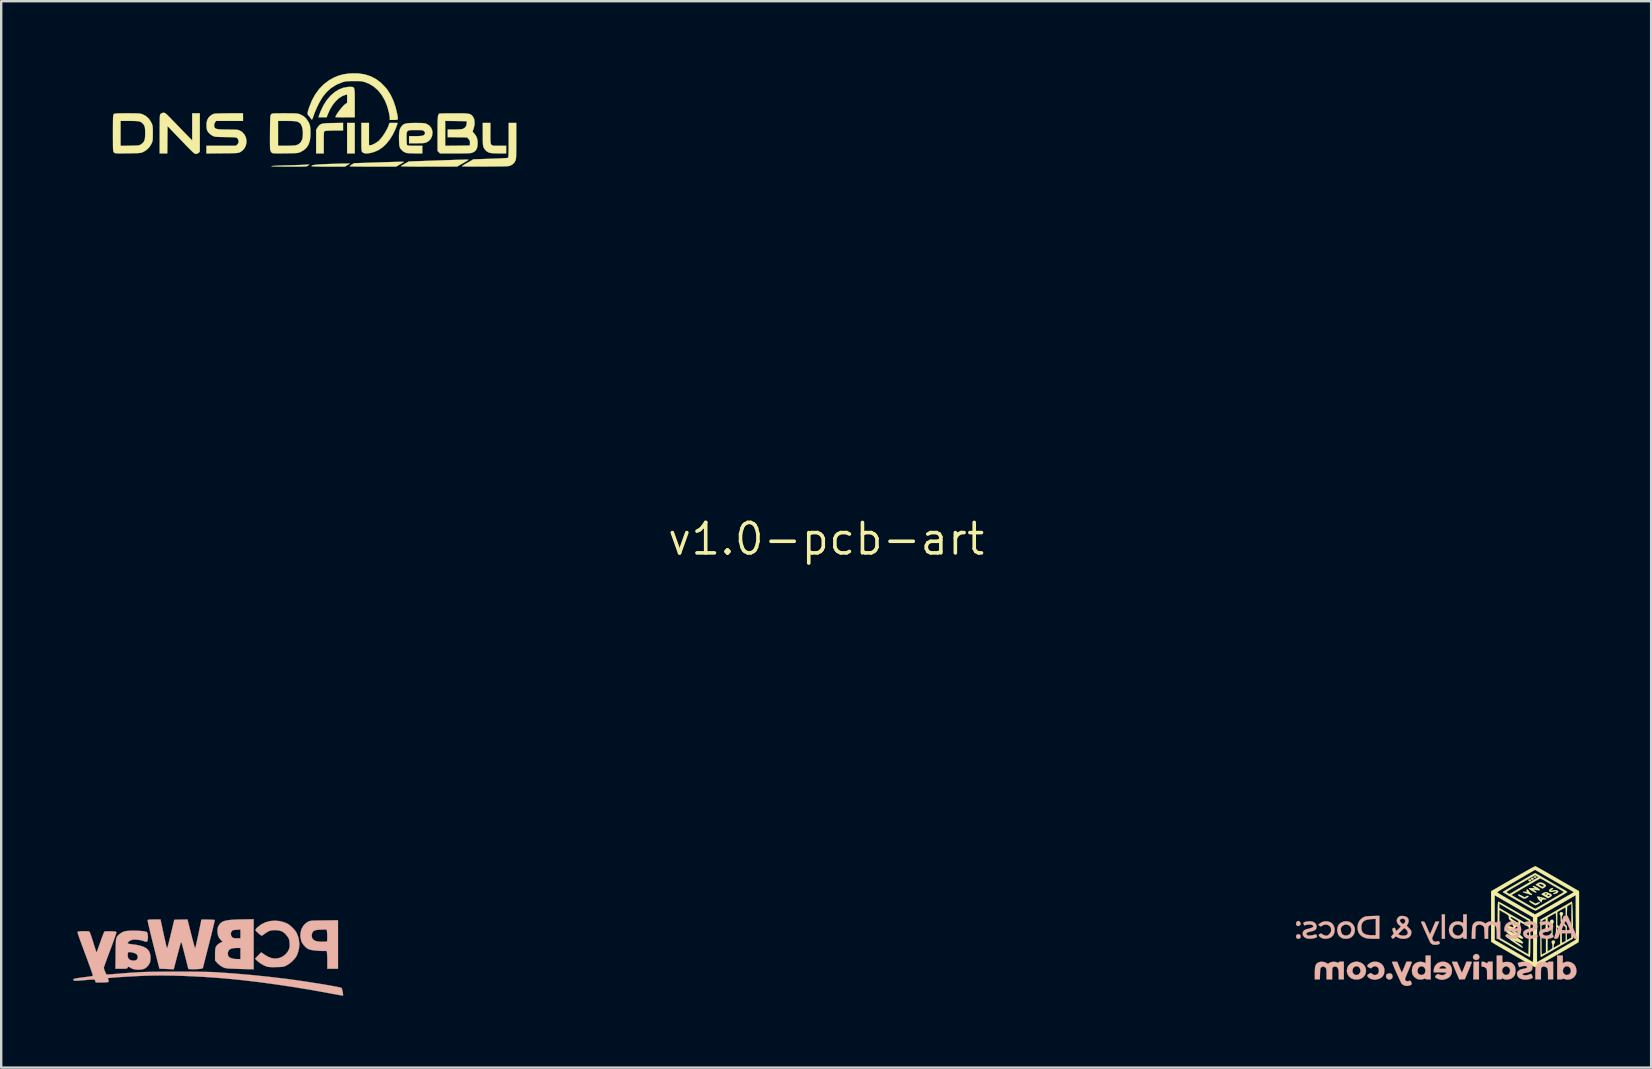
<source format=kicad_pcb>
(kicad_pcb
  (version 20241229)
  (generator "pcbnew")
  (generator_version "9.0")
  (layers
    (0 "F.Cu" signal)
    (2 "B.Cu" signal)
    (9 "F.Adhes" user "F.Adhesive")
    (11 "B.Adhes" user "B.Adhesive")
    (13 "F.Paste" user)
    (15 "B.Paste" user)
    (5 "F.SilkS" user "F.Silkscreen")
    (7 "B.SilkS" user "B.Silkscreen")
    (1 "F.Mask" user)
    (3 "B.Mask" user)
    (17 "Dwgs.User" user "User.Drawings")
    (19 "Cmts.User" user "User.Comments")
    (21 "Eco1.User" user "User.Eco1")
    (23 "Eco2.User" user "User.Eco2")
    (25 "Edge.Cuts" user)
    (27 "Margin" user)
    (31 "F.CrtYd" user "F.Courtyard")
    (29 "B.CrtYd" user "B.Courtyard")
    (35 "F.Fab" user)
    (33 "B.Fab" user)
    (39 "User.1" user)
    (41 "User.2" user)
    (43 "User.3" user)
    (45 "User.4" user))
  (footprint "v1.0-pcb-art"
    (layer "F.Cu")
    (at 31.374 19.408)
    (property "Reference" "v1.0-pcb-art" (at 0 0 0) (layer "F.SilkS") (effects (font (size 1.27 1.27) (thickness 0.15))))
    (attr through_hole)
    (fp_poly (pts (xy -19.643 -16.066) (xy -19.96 -16.066) (xy -19.96 -17.335) (xy -19.643 -17.335) (xy -19.643 -16.066)) (stroke (width 0.01) (type solid)) (fill yes) (layer "F.SilkS"))
    (fp_poly (pts (xy 29.581 14.066) (xy 29.591 14.086) (xy 29.573 14.112) (xy 29.538 14.118) (xy 29.496 14.107) (xy 29.485 14.086) (xy 29.504 14.061) (xy 29.538 14.055) (xy 29.581 14.066)) (stroke (width 0.01) (type solid)) (fill yes) (layer "F.SilkS"))
    (fp_poly (pts (xy 29.357 14.193) (xy 29.373 14.219) (xy 29.357 14.246) (xy 29.356 14.247) (xy 29.324 14.264) (xy 29.316 14.266) (xy 29.291 14.256) (xy 29.276 14.247) (xy 29.258 14.22) (xy 29.273 14.194) (xy 29.314 14.182) (xy 29.316 14.182) (xy 29.357 14.193)) (stroke (width 0.01) (type solid)) (fill yes) (layer "F.SilkS"))
    (fp_poly (pts (xy 29.463 14.13) (xy 29.479 14.155) (xy 29.463 14.183) (xy 29.461 14.184) (xy 29.43 14.2) (xy 29.422 14.202) (xy 29.397 14.192) (xy 29.382 14.184) (xy 29.364 14.157) (xy 29.379 14.131) (xy 29.419 14.118) (xy 29.422 14.118) (xy 29.463 14.13)) (stroke (width 0.01) (type solid)) (fill yes) (layer "F.SilkS"))
    (fp_poly (pts (xy 28.925 14.836) (xy 28.978 14.863) (xy 29.104 14.932) (xy 29.169 14.893) (xy 29.219 14.872) (xy 29.253 14.872) (xy 29.263 14.888) (xy 29.242 14.916) (xy 29.227 14.927) (xy 29.161 14.967) (xy 29.114 14.986) (xy 29.071 14.983) (xy 29.015 14.957) (xy 28.966 14.929) (xy 28.894 14.887) (xy 28.852 14.86) (xy 28.833 14.844) (xy 28.83 14.833) (xy 28.838 14.82) (xy 28.839 14.818) (xy 28.866 14.813) (xy 28.925 14.836)) (stroke (width 0.01) (type solid)) (fill yes) (layer "F.SilkS"))
    (fp_poly (pts (xy -19.844 -15.641) (xy -20.055 -15.516) (xy -20.749 -15.516) (xy -20.915 -15.516) (xy -21.067 -15.517) (xy -21.2 -15.52) (xy -21.309 -15.523) (xy -21.388 -15.526) (xy -21.433 -15.53) (xy -21.442 -15.533) (xy -21.432 -15.552) (xy -21.402 -15.569) (xy -21.347 -15.582) (xy -21.263 -15.594) (xy -21.148 -15.604) (xy -20.998 -15.613) (xy -20.81 -15.621) (xy -20.65 -15.627) (xy -20.49 -15.632) (xy -20.339 -15.637) (xy -20.207 -15.64) (xy -20.104 -15.641) (xy -20.066 -15.641) (xy -19.844 -15.641)) (stroke (width 0.01) (type solid)) (fill yes) (layer "F.SilkS"))
    (fp_poly (pts (xy 29.348 15.081) (xy 29.401 15.108) (xy 29.45 15.136) (xy 29.511 15.172) (xy 29.549 15.188) (xy 29.579 15.186) (xy 29.613 15.169) (xy 29.614 15.168) (xy 29.67 15.143) (xy 29.715 15.135) (xy 29.738 15.146) (xy 29.739 15.151) (xy 29.722 15.17) (xy 29.682 15.199) (xy 29.631 15.23) (xy 29.584 15.253) (xy 29.556 15.261) (xy 29.53 15.251) (xy 29.479 15.224) (xy 29.423 15.192) (xy 29.353 15.145) (xy 29.309 15.106) (xy 29.296 15.08) (xy 29.316 15.071) (xy 29.317 15.071) (xy 29.348 15.081)) (stroke (width 0.01) (type solid)) (fill yes) (layer "F.SilkS"))
    (fp_poly (pts (xy -20.13 -17.018) (xy -20.491 -17.018) (xy -20.621 -17.017) (xy -20.734 -17.013) (xy -20.822 -17.008) (xy -20.878 -17.001) (xy -20.893 -16.996) (xy -20.906 -16.987) (xy -20.917 -16.971) (xy -20.924 -16.943) (xy -20.929 -16.898) (xy -20.932 -16.83) (xy -20.933 -16.734) (xy -20.934 -16.604) (xy -20.934 -16.52) (xy -20.934 -16.066) (xy -21.251 -16.066) (xy -21.251 -17.052) (xy -21.191 -17.148) (xy -21.153 -17.202) (xy -21.114 -17.245) (xy -21.067 -17.276) (xy -21.008 -17.299) (xy -20.928 -17.314) (xy -20.824 -17.323) (xy -20.688 -17.329) (xy -20.548 -17.331) (xy -20.13 -17.338) (xy -20.13 -17.018)) (stroke (width 0.01) (type solid)) (fill yes) (layer "F.SilkS"))
    (fp_poly (pts (xy -17.595 -15.717) (xy -17.594 -15.717) (xy -17.607 -15.704) (xy -17.65 -15.675) (xy -17.714 -15.635) (xy -17.752 -15.613) (xy -17.918 -15.516) (xy -18.886 -15.516) (xy -19.084 -15.516) (xy -19.268 -15.517) (xy -19.435 -15.518) (xy -19.579 -15.52) (xy -19.697 -15.522) (xy -19.785 -15.525) (xy -19.839 -15.528) (xy -19.854 -15.531) (xy -19.837 -15.55) (xy -19.794 -15.582) (xy -19.762 -15.602) (xy -19.671 -15.657) (xy -18.637 -15.691) (xy -18.432 -15.698) (xy -18.24 -15.704) (xy -18.065 -15.709) (xy -17.912 -15.713) (xy -17.784 -15.716) (xy -17.686 -15.718) (xy -17.621 -15.718) (xy -17.595 -15.717)) (stroke (width 0.01) (type solid)) (fill yes) (layer "F.SilkS"))
    (fp_poly (pts (xy 29.253 14.631) (xy 29.274 14.669) (xy 29.312 14.726) (xy 29.362 14.766) (xy 29.4 14.793) (xy 29.411 14.816) (xy 29.411 14.818) (xy 29.399 14.831) (xy 29.381 14.834) (xy 29.346 14.823) (xy 29.284 14.799) (xy 29.273 14.794) (xy 29.197 14.767) (xy 29.119 14.746) (xy 29.098 14.742) (xy 29.049 14.729) (xy 29.03 14.712) (xy 29.032 14.708) (xy 29.061 14.697) (xy 29.118 14.699) (xy 29.129 14.701) (xy 29.182 14.708) (xy 29.202 14.704) (xy 29.197 14.683) (xy 29.191 14.673) (xy 29.179 14.635) (xy 29.183 14.618) (xy 29.218 14.605) (xy 29.253 14.631)) (stroke (width 0.01) (type solid)) (fill yes) (layer "F.SilkS"))
    (fp_poly (pts (xy -13.991 -16.892) (xy -13.992 -16.732) (xy -13.99 -16.61) (xy -13.984 -16.52) (xy -13.969 -16.457) (xy -13.941 -16.417) (xy -13.897 -16.395) (xy -13.833 -16.385) (xy -13.746 -16.382) (xy -13.631 -16.383) (xy -13.616 -16.383) (xy -13.335 -16.383) (xy -13.335 -16.066) (xy -13.647 -16.066) (xy -13.814 -16.07) (xy -13.939 -16.078) (xy -14.022 -16.091) (xy -14.041 -16.096) (xy -14.152 -16.156) (xy -14.235 -16.248) (xy -14.269 -16.309) (xy -14.282 -16.341) (xy -14.291 -16.38) (xy -14.299 -16.429) (xy -14.303 -16.497) (xy -14.306 -16.588) (xy -14.308 -16.71) (xy -14.308 -16.865) (xy -14.309 -17.335) (xy -13.991 -17.335) (xy -13.991 -16.892)) (stroke (width 0.01) (type solid)) (fill yes) (layer "F.SilkS"))
    (fp_poly (pts (xy -21.587 -15.559) (xy -21.602 -15.547) (xy -21.619 -15.538) (xy -21.643 -15.531) (xy -21.68 -15.525) (xy -21.732 -15.521) (xy -21.804 -15.519) (xy -21.902 -15.517) (xy -22.028 -15.516) (xy -22.188 -15.516) (xy -22.385 -15.516) (xy -22.391 -15.516) (xy -22.567 -15.516) (xy -22.725 -15.518) (xy -22.862 -15.52) (xy -22.974 -15.523) (xy -23.056 -15.527) (xy -23.104 -15.53) (xy -23.114 -15.534) (xy -23.085 -15.54) (xy -23.02 -15.545) (xy -22.924 -15.551) (xy -22.803 -15.557) (xy -22.664 -15.562) (xy -22.521 -15.566) (xy -22.358 -15.57) (xy -22.195 -15.575) (xy -22.043 -15.58) (xy -21.91 -15.584) (xy -21.804 -15.589) (xy -21.749 -15.591) (xy -21.537 -15.603) (xy -21.587 -15.559)) (stroke (width 0.01) (type solid)) (fill yes) (layer "F.SilkS"))
    (fp_poly (pts (xy 29.713 14.908) (xy 29.811 14.931) (xy 29.942 14.967) (xy 29.978 14.978) (xy 30.004 14.995) (xy 29.998 15.013) (xy 29.968 15.022) (xy 29.938 15.019) (xy 29.881 15.019) (xy 29.837 15.041) (xy 29.817 15.079) (xy 29.819 15.095) (xy 29.819 15.129) (xy 29.799 15.133) (xy 29.762 15.109) (xy 29.714 15.06) (xy 29.689 15.029) (xy 29.659 14.986) (xy 29.739 14.986) (xy 29.756 15.005) (xy 29.772 15.007) (xy 29.794 14.997) (xy 29.792 14.986) (xy 29.765 14.966) (xy 29.759 14.965) (xy 29.74 14.981) (xy 29.739 14.986) (xy 29.659 14.986) (xy 29.649 14.971) (xy 29.625 14.925) (xy 29.621 14.904) (xy 29.648 14.898) (xy 29.713 14.908)) (stroke (width 0.01) (type solid)) (fill yes) (layer "F.SilkS"))
    (fp_poly (pts (xy 30.289 14.552) (xy 30.28 14.576) (xy 30.245 14.605) (xy 30.234 14.612) (xy 30.2 14.638) (xy 30.202 14.655) (xy 30.233 14.659) (xy 30.279 14.647) (xy 30.353 14.629) (xy 30.419 14.631) (xy 30.469 14.647) (xy 30.497 14.674) (xy 30.5 14.707) (xy 30.469 14.742) (xy 30.428 14.765) (xy 30.357 14.789) (xy 30.308 14.794) (xy 30.29 14.78) (xy 30.29 14.779) (xy 30.307 14.761) (xy 30.35 14.74) (xy 30.353 14.738) (xy 30.397 14.714) (xy 30.416 14.69) (xy 30.409 14.675) (xy 30.373 14.677) (xy 30.369 14.678) (xy 30.263 14.704) (xy 30.184 14.706) (xy 30.135 14.686) (xy 30.12 14.647) (xy 30.138 14.612) (xy 30.18 14.575) (xy 30.232 14.548) (xy 30.267 14.541) (xy 30.289 14.552)) (stroke (width 0.01) (type solid)) (fill yes) (layer "F.SilkS"))
    (fp_poly (pts (xy -14.942 -15.807) (xy -14.919 -15.805) (xy -14.908 -15.802) (xy -14.907 -15.797) (xy -14.913 -15.792) (xy -14.923 -15.785) (xy -14.932 -15.779) (xy -14.967 -15.756) (xy -15.03 -15.718) (xy -15.11 -15.671) (xy -15.179 -15.631) (xy -15.384 -15.515) (xy -16.55 -15.515) (xy -16.768 -15.515) (xy -16.973 -15.516) (xy -17.16 -15.518) (xy -17.327 -15.519) (xy -17.469 -15.521) (xy -17.582 -15.524) (xy -17.663 -15.526) (xy -17.708 -15.529) (xy -17.716 -15.531) (xy -17.699 -15.548) (xy -17.652 -15.579) (xy -17.586 -15.619) (xy -17.552 -15.639) (xy -17.388 -15.73) (xy -16.214 -15.77) (xy -15.943 -15.78) (xy -15.711 -15.787) (xy -15.515 -15.794) (xy -15.353 -15.799) (xy -15.222 -15.803) (xy -15.118 -15.806) (xy -15.039 -15.808) (xy -14.981 -15.808) (xy -14.942 -15.807)) (stroke (width 0.01) (type solid)) (fill yes) (layer "F.SilkS"))
    (fp_poly (pts (xy 29.808 14.317) (xy 29.87 14.34) (xy 29.93 14.376) (xy 29.975 14.414) (xy 29.993 14.446) (xy 29.993 14.446) (xy 29.977 14.473) (xy 29.938 14.509) (xy 29.892 14.542) (xy 29.853 14.561) (xy 29.845 14.562) (xy 29.823 14.552) (xy 29.774 14.527) (xy 29.708 14.49) (xy 29.699 14.485) (xy 29.563 14.408) (xy 29.59 14.386) (xy 29.69 14.386) (xy 29.697 14.404) (xy 29.733 14.434) (xy 29.755 14.449) (xy 29.809 14.482) (xy 29.841 14.495) (xy 29.863 14.492) (xy 29.887 14.477) (xy 29.905 14.458) (xy 29.893 14.435) (xy 29.869 14.414) (xy 29.817 14.386) (xy 29.757 14.372) (xy 29.706 14.377) (xy 29.69 14.386) (xy 29.59 14.386) (xy 29.611 14.369) (xy 29.695 14.322) (xy 29.782 14.312) (xy 29.808 14.317)) (stroke (width 0.01) (type solid)) (fill yes) (layer "F.SilkS"))
    (fp_poly (pts (xy -19.05 -16.404) (xy -19.002 -16.404) (xy -18.936 -16.418) (xy -18.851 -16.454) (xy -18.759 -16.506) (xy -18.672 -16.567) (xy -18.636 -16.598) (xy -18.557 -16.683) (xy -18.471 -16.795) (xy -18.387 -16.922) (xy -18.312 -17.051) (xy -18.255 -17.169) (xy -18.246 -17.194) (xy -18.193 -17.335) (xy -18.026 -17.335) (xy -17.86 -17.335) (xy -17.875 -17.277) (xy -17.89 -17.229) (xy -17.916 -17.157) (xy -17.949 -17.076) (xy -17.951 -17.071) (xy -18.059 -16.846) (xy -18.186 -16.643) (xy -18.329 -16.467) (xy -18.482 -16.321) (xy -18.643 -16.212) (xy -18.691 -16.187) (xy -18.836 -16.127) (xy -18.974 -16.087) (xy -19.099 -16.067) (xy -19.205 -16.067) (xy -19.286 -16.089) (xy -19.321 -16.114) (xy -19.335 -16.13) (xy -19.346 -16.148) (xy -19.354 -16.174) (xy -19.359 -16.213) (xy -19.363 -16.269) (xy -19.366 -16.348) (xy -19.367 -16.454) (xy -19.367 -16.593) (xy -19.367 -16.749) (xy -19.367 -17.335) (xy -19.05 -17.335) (xy -19.05 -16.404)) (stroke (width 0.01) (type solid)) (fill yes) (layer "F.SilkS"))
    (fp_poly (pts (xy 29.51 14.467) (xy 29.563 14.492) (xy 29.624 14.527) (xy 29.681 14.564) (xy 29.725 14.598) (xy 29.746 14.622) (xy 29.746 14.628) (xy 29.715 14.635) (xy 29.656 14.633) (xy 29.602 14.626) (xy 29.534 14.617) (xy 29.486 14.613) (xy 29.469 14.614) (xy 29.479 14.629) (xy 29.517 14.652) (xy 29.526 14.657) (xy 29.572 14.688) (xy 29.591 14.715) (xy 29.579 14.73) (xy 29.565 14.732) (xy 29.534 14.722) (xy 29.479 14.696) (xy 29.41 14.659) (xy 29.405 14.656) (xy 29.343 14.617) (xy 29.3 14.583) (xy 29.294 14.573) (xy 29.57 14.573) (xy 29.58 14.584) (xy 29.591 14.573) (xy 29.58 14.563) (xy 29.57 14.573) (xy 29.294 14.573) (xy 29.286 14.561) (xy 29.286 14.559) (xy 29.315 14.549) (xy 29.378 14.547) (xy 29.429 14.551) (xy 29.559 14.565) (xy 29.501 14.527) (xy 29.455 14.491) (xy 29.445 14.466) (xy 29.471 14.457) (xy 29.473 14.457) (xy 29.51 14.467)) (stroke (width 0.01) (type solid)) (fill yes) (layer "F.SilkS"))
    (fp_poly (pts (xy -27.583 -17.757) (xy -27.556 -17.749) (xy -27.525 -17.73) (xy -27.484 -17.698) (xy -27.431 -17.648) (xy -27.359 -17.576) (xy -27.265 -17.479) (xy -27.213 -17.425) (xy -27.099 -17.307) (xy -26.977 -17.18) (xy -26.855 -17.054) (xy -26.744 -16.939) (xy -26.655 -16.849) (xy -26.416 -16.605) (xy -26.416 -17.171) (xy -26.416 -17.738) (xy -26.099 -17.738) (xy -26.099 -16.136) (xy -26.147 -16.09) (xy -26.211 -16.054) (xy -26.263 -16.044) (xy -26.282 -16.047) (xy -26.306 -16.057) (xy -26.336 -16.076) (xy -26.375 -16.109) (xy -26.427 -16.156) (xy -26.495 -16.223) (xy -26.582 -16.31) (xy -26.691 -16.421) (xy -26.824 -16.56) (xy -26.886 -16.624) (xy -27.443 -17.204) (xy -27.448 -16.635) (xy -27.454 -16.066) (xy -27.771 -16.066) (xy -27.771 -16.87) (xy -27.771 -17.076) (xy -27.77 -17.243) (xy -27.769 -17.377) (xy -27.768 -17.481) (xy -27.765 -17.56) (xy -27.762 -17.616) (xy -27.757 -17.656) (xy -27.75 -17.683) (xy -27.742 -17.7) (xy -27.732 -17.713) (xy -27.728 -17.717) (xy -27.666 -17.751) (xy -27.61 -17.759) (xy -27.583 -17.757)) (stroke (width 0.01) (type solid)) (fill yes) (layer "F.SilkS"))
    (fp_poly (pts (xy -19.749 -18.836) (xy -19.713 -18.827) (xy -19.686 -18.806) (xy -19.667 -18.77) (xy -19.655 -18.714) (xy -19.647 -18.634) (xy -19.644 -18.526) (xy -19.643 -18.385) (xy -19.643 -18.206) (xy -19.643 -18.165) (xy -19.643 -17.568) (xy -20.045 -17.568) (xy -20.17 -17.569) (xy -20.279 -17.57) (xy -20.366 -17.573) (xy -20.424 -17.576) (xy -20.447 -17.58) (xy -20.447 -17.58) (xy -20.434 -17.623) (xy -20.397 -17.689) (xy -20.344 -17.77) (xy -20.279 -17.858) (xy -20.209 -17.946) (xy -20.141 -18.025) (xy -20.079 -18.088) (xy -20.034 -18.124) (xy -19.961 -18.172) (xy -19.96 -18.347) (xy -19.96 -18.522) (xy -20.018 -18.509) (xy -20.163 -18.456) (xy -20.305 -18.365) (xy -20.439 -18.239) (xy -20.563 -18.084) (xy -20.672 -17.903) (xy -20.756 -17.718) (xy -20.815 -17.568) (xy -21.15 -17.568) (xy -21.136 -17.627) (xy -21.12 -17.675) (xy -21.094 -17.747) (xy -21.062 -17.828) (xy -21.059 -17.833) (xy -20.943 -18.075) (xy -20.807 -18.287) (xy -20.654 -18.467) (xy -20.487 -18.615) (xy -20.308 -18.726) (xy -20.119 -18.801) (xy -19.923 -18.836) (xy -19.854 -18.838) (xy -19.795 -18.838) (xy -19.749 -18.836)) (stroke (width 0.01) (type solid)) (fill yes) (layer "F.SilkS"))
    (fp_poly (pts (xy 30.083 14.74) (xy 30.085 14.743) (xy 30.126 14.769) (xy 30.149 14.774) (xy 30.189 14.788) (xy 30.215 14.808) (xy 30.237 14.841) (xy 30.224 14.872) (xy 30.223 14.873) (xy 30.193 14.899) (xy 30.147 14.929) (xy 30.102 14.954) (xy 30.074 14.964) (xy 30.074 14.964) (xy 30.054 14.954) (xy 30.007 14.927) (xy 29.944 14.89) (xy 29.94 14.888) (xy 29.891 14.858) (xy 30.036 14.858) (xy 30.053 14.877) (xy 30.056 14.879) (xy 30.091 14.886) (xy 30.129 14.876) (xy 30.152 14.855) (xy 30.151 14.837) (xy 30.118 14.818) (xy 30.068 14.831) (xy 30.057 14.838) (xy 30.036 14.858) (xy 29.891 14.858) (xy 29.876 14.849) (xy 29.828 14.82) (xy 29.806 14.805) (xy 29.806 14.805) (xy 29.817 14.791) (xy 29.817 14.791) (xy 29.939 14.791) (xy 29.939 14.814) (xy 29.965 14.824) (xy 30.002 14.813) (xy 30.031 14.789) (xy 30.035 14.774) (xy 30.019 14.755) (xy 30.009 14.753) (xy 29.966 14.765) (xy 29.939 14.791) (xy 29.817 14.791) (xy 29.854 14.764) (xy 29.869 14.754) (xy 29.951 14.719) (xy 30.026 14.714) (xy 30.083 14.74)) (stroke (width 0.01) (type solid)) (fill yes) (layer "F.SilkS"))
    (fp_poly (pts (xy -12.912 -16.594) (xy -12.912 -16.39) (xy -12.913 -16.224) (xy -12.915 -16.092) (xy -12.917 -15.989) (xy -12.921 -15.911) (xy -12.926 -15.853) (xy -12.933 -15.811) (xy -12.941 -15.782) (xy -12.944 -15.775) (xy -12.99 -15.688) (xy -13.051 -15.624) (xy -13.134 -15.571) (xy -13.155 -15.56) (xy -13.177 -15.552) (xy -13.205 -15.544) (xy -13.242 -15.538) (xy -13.292 -15.534) (xy -13.359 -15.53) (xy -13.447 -15.527) (xy -13.56 -15.525) (xy -13.701 -15.523) (xy -13.876 -15.522) (xy -14.087 -15.52) (xy -14.198 -15.519) (xy -14.397 -15.518) (xy -14.582 -15.518) (xy -14.75 -15.519) (xy -14.895 -15.52) (xy -15.015 -15.522) (xy -15.104 -15.524) (xy -15.159 -15.527) (xy -15.176 -15.53) (xy -15.158 -15.546) (xy -15.11 -15.579) (xy -15.04 -15.623) (xy -14.953 -15.674) (xy -14.938 -15.683) (xy -14.7 -15.819) (xy -13.991 -15.842) (xy -13.821 -15.848) (xy -13.664 -15.854) (xy -13.526 -15.861) (xy -13.41 -15.867) (xy -13.324 -15.873) (xy -13.27 -15.878) (xy -13.256 -15.882) (xy -13.248 -15.896) (xy -13.242 -15.932) (xy -13.237 -15.992) (xy -13.234 -16.079) (xy -13.231 -16.198) (xy -13.23 -16.351) (xy -13.229 -16.542) (xy -13.229 -16.617) (xy -13.229 -17.335) (xy -12.912 -17.335) (xy -12.912 -16.594)) (stroke (width 0.01) (type solid)) (fill yes) (layer "F.SilkS"))
    (fp_poly (pts (xy -19.477 -19.398) (xy -19.215 -19.356) (xy -18.973 -19.276) (xy -18.749 -19.159) (xy -18.544 -19.003) (xy -18.356 -18.809) (xy -18.272 -18.702) (xy -18.146 -18.502) (xy -18.036 -18.268) (xy -17.947 -18.009) (xy -17.879 -17.731) (xy -17.877 -17.719) (xy -17.857 -17.612) (xy -17.846 -17.539) (xy -17.849 -17.495) (xy -17.869 -17.472) (xy -17.909 -17.463) (xy -17.974 -17.462) (xy -18.013 -17.462) (xy -18.182 -17.462) (xy -18.182 -17.527) (xy -18.186 -17.579) (xy -18.198 -17.657) (xy -18.213 -17.744) (xy -18.215 -17.754) (xy -18.287 -18.027) (xy -18.387 -18.274) (xy -18.512 -18.492) (xy -18.661 -18.68) (xy -18.832 -18.836) (xy -19.024 -18.957) (xy -19.202 -19.031) (xy -19.267 -19.051) (xy -19.328 -19.065) (xy -19.393 -19.074) (xy -19.473 -19.079) (xy -19.577 -19.08) (xy -19.685 -19.08) (xy -19.815 -19.079) (xy -19.913 -19.076) (xy -19.989 -19.07) (xy -20.054 -19.06) (xy -20.116 -19.044) (xy -20.182 -19.023) (xy -20.419 -18.922) (xy -20.632 -18.787) (xy -20.82 -18.618) (xy -20.974 -18.427) (xy -21.059 -18.291) (xy -21.148 -18.128) (xy -21.233 -17.951) (xy -21.308 -17.774) (xy -21.348 -17.664) (xy -21.376 -17.584) (xy -21.401 -17.52) (xy -21.418 -17.482) (xy -21.421 -17.477) (xy -21.44 -17.482) (xy -21.47 -17.515) (xy -21.481 -17.531) (xy -21.522 -17.589) (xy -21.563 -17.637) (xy -21.568 -17.642) (xy -21.594 -17.672) (xy -21.607 -17.71) (xy -21.605 -17.762) (xy -21.589 -17.836) (xy -21.557 -17.94) (xy -21.549 -17.967) (xy -21.434 -18.259) (xy -21.292 -18.521) (xy -21.123 -18.752) (xy -20.927 -18.951) (xy -20.707 -19.117) (xy -20.52 -19.221) (xy -20.322 -19.304) (xy -20.12 -19.36) (xy -19.9 -19.393) (xy -19.759 -19.403) (xy -19.477 -19.398)) (stroke (width 0.01) (type solid)) (fill yes) (layer "F.SilkS"))
    (fp_poly (pts (xy -15.319 -17.737) (xy -15.168 -17.736) (xy -15.049 -17.732) (xy -14.957 -17.725) (xy -14.887 -17.714) (xy -14.835 -17.699) (xy -14.794 -17.677) (xy -14.761 -17.649) (xy -14.73 -17.613) (xy -14.715 -17.594) (xy -14.669 -17.502) (xy -14.649 -17.385) (xy -14.654 -17.252) (xy -14.686 -17.114) (xy -14.688 -17.107) (xy -14.733 -16.973) (xy -14.651 -16.879) (xy -14.581 -16.78) (xy -14.539 -16.669) (xy -14.522 -16.536) (xy -14.523 -16.442) (xy -14.54 -16.316) (xy -14.579 -16.221) (xy -14.643 -16.151) (xy -14.719 -16.106) (xy -14.748 -16.095) (xy -14.78 -16.086) (xy -14.822 -16.079) (xy -14.878 -16.074) (xy -14.955 -16.07) (xy -15.055 -16.068) (xy -15.185 -16.067) (xy -15.351 -16.066) (xy -15.447 -16.066) (xy -16.089 -16.066) (xy -16.141 -16.117) (xy -16.192 -16.169) (xy -16.192 -16.382) (xy -15.875 -16.382) (xy -14.848 -16.394) (xy -14.842 -16.493) (xy -14.842 -16.562) (xy -14.86 -16.611) (xy -14.898 -16.662) (xy -14.961 -16.732) (xy -15.769 -16.745) (xy -15.769 -17.06) (xy -15.489 -17.062) (xy -15.371 -17.064) (xy -15.266 -17.07) (xy -15.184 -17.078) (xy -15.136 -17.088) (xy -15.052 -17.138) (xy -14.998 -17.216) (xy -14.977 -17.317) (xy -14.977 -17.319) (xy -14.975 -17.41) (xy -15.425 -17.415) (xy -15.875 -17.421) (xy -15.875 -16.382) (xy -16.192 -16.382) (xy -16.192 -16.891) (xy -16.192 -17.096) (xy -16.191 -17.262) (xy -16.189 -17.394) (xy -16.185 -17.496) (xy -16.18 -17.573) (xy -16.172 -17.63) (xy -16.161 -17.669) (xy -16.148 -17.695) (xy -16.131 -17.714) (xy -16.121 -17.721) (xy -16.094 -17.726) (xy -16.031 -17.729) (xy -15.937 -17.732) (xy -15.817 -17.735) (xy -15.678 -17.737) (xy -15.524 -17.737) (xy -15.508 -17.737) (xy -15.319 -17.737)) (stroke (width 0.01) (type solid)) (fill yes) (layer "F.SilkS"))
    (fp_poly (pts (xy -24.299 -17.42) (xy -25.418 -17.42) (xy -25.462 -17.364) (xy -25.498 -17.289) (xy -25.503 -17.205) (xy -25.485 -17.146) (xy -25.463 -17.118) (xy -25.427 -17.097) (xy -25.372 -17.081) (xy -25.293 -17.07) (xy -25.185 -17.064) (xy -25.043 -17.061) (xy -24.926 -17.06) (xy -24.78 -17.059) (xy -24.67 -17.057) (xy -24.589 -17.053) (xy -24.529 -17.047) (xy -24.484 -17.038) (xy -24.448 -17.025) (xy -24.437 -17.02) (xy -24.322 -16.946) (xy -24.237 -16.848) (xy -24.181 -16.734) (xy -24.155 -16.61) (xy -24.16 -16.484) (xy -24.194 -16.362) (xy -24.259 -16.251) (xy -24.355 -16.159) (xy -24.413 -16.123) (xy -24.439 -16.11) (xy -24.466 -16.099) (xy -24.499 -16.091) (xy -24.544 -16.085) (xy -24.604 -16.08) (xy -24.685 -16.077) (xy -24.793 -16.074) (xy -24.931 -16.072) (xy -25.105 -16.07) (xy -25.162 -16.07) (xy -25.823 -16.063) (xy -25.823 -16.383) (xy -24.598 -16.383) (xy -24.54 -16.433) (xy -24.492 -16.499) (xy -24.48 -16.576) (xy -24.504 -16.653) (xy -24.53 -16.688) (xy -24.547 -16.705) (xy -24.566 -16.718) (xy -24.593 -16.728) (xy -24.633 -16.734) (xy -24.692 -16.739) (xy -24.776 -16.742) (xy -24.891 -16.744) (xy -25.027 -16.747) (xy -25.177 -16.749) (xy -25.291 -16.752) (xy -25.375 -16.756) (xy -25.438 -16.761) (xy -25.484 -16.769) (xy -25.521 -16.78) (xy -25.556 -16.795) (xy -25.58 -16.807) (xy -25.673 -16.871) (xy -25.747 -16.95) (xy -25.749 -16.952) (xy -25.784 -17.008) (xy -25.804 -17.063) (xy -25.815 -17.133) (xy -25.82 -17.201) (xy -25.816 -17.346) (xy -25.787 -17.463) (xy -25.73 -17.561) (xy -25.675 -17.618) (xy -25.61 -17.667) (xy -25.54 -17.705) (xy -25.513 -17.715) (xy -25.467 -17.722) (xy -25.383 -17.727) (xy -25.268 -17.732) (xy -25.127 -17.735) (xy -24.964 -17.737) (xy -24.866 -17.738) (xy -24.299 -17.738) (xy -24.299 -17.42)) (stroke (width 0.01) (type solid)) (fill yes) (layer "F.SilkS"))
    (fp_poly (pts (xy -16.963 -17.334) (xy -16.859 -17.332) (xy -16.782 -17.327) (xy -16.726 -17.32) (xy -16.683 -17.309) (xy -16.648 -17.295) (xy -16.533 -17.223) (xy -16.455 -17.127) (xy -16.412 -17.01) (xy -16.404 -16.921) (xy -16.423 -16.786) (xy -16.478 -16.67) (xy -16.566 -16.578) (xy -16.648 -16.529) (xy -16.688 -16.513) (xy -16.737 -16.502) (xy -16.801 -16.495) (xy -16.889 -16.491) (xy -17.008 -16.489) (xy -17.055 -16.489) (xy -17.378 -16.489) (xy -17.378 -16.785) (xy -17.108 -16.785) (xy -16.973 -16.788) (xy -16.874 -16.795) (xy -16.804 -16.808) (xy -16.759 -16.83) (xy -16.73 -16.862) (xy -16.719 -16.887) (xy -16.714 -16.93) (xy -16.738 -16.972) (xy -16.753 -16.987) (xy -16.775 -17.008) (xy -16.8 -17.022) (xy -16.834 -17.031) (xy -16.886 -17.036) (xy -16.963 -17.039) (xy -17.073 -17.039) (xy -17.097 -17.039) (xy -17.234 -17.039) (xy -17.333 -17.035) (xy -17.403 -17.022) (xy -17.446 -16.996) (xy -17.471 -16.951) (xy -17.481 -16.883) (xy -17.484 -16.786) (xy -17.484 -16.704) (xy -17.482 -16.568) (xy -17.475 -16.474) (xy -17.465 -16.42) (xy -17.458 -16.408) (xy -17.427 -16.397) (xy -17.359 -16.389) (xy -17.251 -16.384) (xy -17.13 -16.383) (xy -16.828 -16.383) (xy -16.828 -16.066) (xy -17.14 -16.067) (xy -17.256 -16.069) (xy -17.362 -16.074) (xy -17.448 -16.08) (xy -17.504 -16.088) (xy -17.515 -16.091) (xy -17.634 -16.154) (xy -17.726 -16.249) (xy -17.741 -16.272) (xy -17.761 -16.309) (xy -17.776 -16.35) (xy -17.785 -16.403) (xy -17.792 -16.477) (xy -17.796 -16.58) (xy -17.798 -16.632) (xy -17.799 -16.794) (xy -17.793 -16.922) (xy -17.777 -17.023) (xy -17.75 -17.104) (xy -17.71 -17.172) (xy -17.701 -17.184) (xy -17.659 -17.234) (xy -17.612 -17.272) (xy -17.554 -17.299) (xy -17.479 -17.317) (xy -17.381 -17.328) (xy -17.253 -17.333) (xy -17.103 -17.335) (xy -16.963 -17.334)) (stroke (width 0.01) (type solid)) (fill yes) (layer "F.SilkS"))
    (fp_poly (pts (xy -22.395 -17.737) (xy -22.265 -17.736) (xy -22.166 -17.734) (xy -22.09 -17.73) (xy -22.033 -17.724) (xy -21.987 -17.715) (xy -21.948 -17.704) (xy -21.922 -17.695) (xy -21.78 -17.621) (xy -21.664 -17.516) (xy -21.572 -17.376) (xy -21.565 -17.364) (xy -21.535 -17.299) (xy -21.515 -17.243) (xy -21.502 -17.184) (xy -21.494 -17.11) (xy -21.489 -17.008) (xy -21.488 -16.978) (xy -21.491 -16.766) (xy -21.517 -16.587) (xy -21.568 -16.437) (xy -21.645 -16.314) (xy -21.75 -16.214) (xy -21.885 -16.133) (xy -21.886 -16.132) (xy -21.923 -16.115) (xy -21.957 -16.101) (xy -21.995 -16.091) (xy -22.041 -16.084) (xy -22.103 -16.079) (xy -22.186 -16.075) (xy -22.295 -16.073) (xy -22.438 -16.07) (xy -22.536 -16.069) (xy -22.7 -16.067) (xy -22.827 -16.066) (xy -22.922 -16.067) (xy -22.991 -16.069) (xy -23.039 -16.073) (xy -23.07 -16.079) (xy -23.091 -16.088) (xy -23.107 -16.101) (xy -23.111 -16.105) (xy -23.146 -16.157) (xy -23.167 -16.218) (xy -23.17 -16.256) (xy -23.172 -16.33) (xy -23.174 -16.436) (xy -23.175 -16.566) (xy -23.175 -16.717) (xy -23.174 -16.881) (xy -23.173 -16.968) (xy -23.172 -17.157) (xy -23.169 -17.308) (xy -23.167 -17.42) (xy -22.839 -17.42) (xy -22.839 -16.383) (xy -22.51 -16.383) (xy -22.387 -16.385) (xy -22.272 -16.389) (xy -22.174 -16.395) (xy -22.103 -16.403) (xy -22.084 -16.407) (xy -21.973 -16.455) (xy -21.889 -16.535) (xy -21.835 -16.643) (xy -21.825 -16.679) (xy -21.806 -16.812) (xy -21.804 -16.949) (xy -21.817 -17.079) (xy -21.844 -17.191) (xy -21.884 -17.275) (xy -21.89 -17.282) (xy -21.931 -17.329) (xy -21.977 -17.363) (xy -22.033 -17.388) (xy -22.107 -17.405) (xy -22.205 -17.415) (xy -22.333 -17.419) (xy -22.468 -17.42) (xy -22.839 -17.42) (xy -23.167 -17.42) (xy -23.167 -17.425) (xy -23.164 -17.514) (xy -23.16 -17.579) (xy -23.155 -17.625) (xy -23.148 -17.656) (xy -23.139 -17.677) (xy -23.128 -17.692) (xy -23.127 -17.693) (xy -23.112 -17.707) (xy -23.095 -17.718) (xy -23.068 -17.725) (xy -23.027 -17.731) (xy -22.967 -17.734) (xy -22.882 -17.736) (xy -22.766 -17.737) (xy -22.616 -17.738) (xy -22.561 -17.738) (xy -22.395 -17.737)) (stroke (width 0.01) (type solid)) (fill yes) (layer "F.SilkS"))
    (fp_poly (pts (xy -28.954 -17.737) (xy -28.825 -17.736) (xy -28.726 -17.734) (xy -28.651 -17.73) (xy -28.593 -17.724) (xy -28.548 -17.715) (xy -28.508 -17.704) (xy -28.484 -17.695) (xy -28.342 -17.622) (xy -28.227 -17.517) (xy -28.135 -17.379) (xy -28.126 -17.362) (xy -28.099 -17.306) (xy -28.081 -17.26) (xy -28.068 -17.215) (xy -28.061 -17.161) (xy -28.058 -17.089) (xy -28.056 -16.99) (xy -28.056 -16.902) (xy -28.057 -16.778) (xy -28.059 -16.686) (xy -28.064 -16.62) (xy -28.073 -16.569) (xy -28.086 -16.525) (xy -28.106 -16.479) (xy -28.112 -16.468) (xy -28.203 -16.322) (xy -28.325 -16.205) (xy -28.447 -16.131) (xy -28.484 -16.114) (xy -28.519 -16.101) (xy -28.557 -16.091) (xy -28.605 -16.084) (xy -28.667 -16.079) (xy -28.752 -16.075) (xy -28.863 -16.073) (xy -29.008 -16.07) (xy -29.097 -16.069) (xy -29.261 -16.067) (xy -29.388 -16.066) (xy -29.483 -16.067) (xy -29.552 -16.069) (xy -29.6 -16.073) (xy -29.631 -16.079) (xy -29.652 -16.088) (xy -29.668 -16.1) (xy -29.674 -16.106) (xy -29.686 -16.119) (xy -29.695 -16.135) (xy -29.702 -16.158) (xy -29.708 -16.193) (xy -29.712 -16.243) (xy -29.715 -16.314) (xy -29.717 -16.41) (xy -29.717 -16.534) (xy -29.718 -16.692) (xy -29.718 -16.888) (xy -29.718 -16.909) (xy -29.718 -17.109) (xy -29.717 -17.271) (xy -29.716 -17.399) (xy -29.716 -17.42) (xy -29.401 -17.42) (xy -29.401 -16.38) (xy -29.013 -16.387) (xy -28.875 -16.389) (xy -28.773 -16.392) (xy -28.699 -16.397) (xy -28.647 -16.403) (xy -28.609 -16.413) (xy -28.578 -16.426) (xy -28.547 -16.445) (xy -28.54 -16.45) (xy -28.475 -16.501) (xy -28.428 -16.559) (xy -28.398 -16.633) (xy -28.381 -16.73) (xy -28.375 -16.857) (xy -28.374 -16.912) (xy -28.377 -17.04) (xy -28.386 -17.135) (xy -28.404 -17.206) (xy -28.434 -17.262) (xy -28.478 -17.314) (xy -28.494 -17.329) (xy -28.532 -17.36) (xy -28.575 -17.384) (xy -28.629 -17.4) (xy -28.702 -17.411) (xy -28.798 -17.417) (xy -28.926 -17.42) (xy -29.031 -17.42) (xy -29.401 -17.42) (xy -29.716 -17.42) (xy -29.714 -17.497) (xy -29.712 -17.571) (xy -29.708 -17.623) (xy -29.702 -17.658) (xy -29.695 -17.681) (xy -29.686 -17.696) (xy -29.679 -17.703) (xy -29.663 -17.714) (xy -29.637 -17.722) (xy -29.596 -17.728) (xy -29.536 -17.733) (xy -29.452 -17.736) (xy -29.337 -17.737) (xy -29.187 -17.738) (xy -29.119 -17.738) (xy -28.954 -17.737)) (stroke (width 0.01) (type solid)) (fill yes) (layer "F.SilkS"))
    (fp_poly (pts (xy 29.9 14.128) (xy 30.025 14.201) (xy 30.15 14.274) (xy 30.267 14.342) (xy 30.365 14.399) (xy 30.427 14.435) (xy 30.525 14.492) (xy 30.631 14.553) (xy 30.724 14.606) (xy 30.739 14.614) (xy 30.807 14.653) (xy 30.857 14.686) (xy 30.881 14.705) (xy 30.882 14.707) (xy 30.864 14.721) (xy 30.815 14.753) (xy 30.738 14.801) (xy 30.638 14.86) (xy 30.521 14.929) (xy 30.391 15.005) (xy 30.39 15.006) (xy 30.249 15.087) (xy 30.113 15.167) (xy 29.986 15.241) (xy 29.877 15.305) (xy 29.792 15.355) (xy 29.746 15.382) (xy 29.672 15.425) (xy 29.61 15.46) (xy 29.571 15.481) (xy 29.566 15.484) (xy 29.54 15.477) (xy 29.483 15.451) (xy 29.402 15.41) (xy 29.303 15.356) (xy 29.191 15.293) (xy 29.168 15.279) (xy 29.028 15.198) (xy 28.874 15.11) (xy 28.721 15.022) (xy 28.582 14.942) (xy 28.496 14.893) (xy 28.395 14.835) (xy 28.393 14.834) (xy 28.549 14.834) (xy 28.599 14.865) (xy 28.638 14.889) (xy 28.71 14.931) (xy 28.813 14.991) (xy 28.945 15.067) (xy 29.101 15.157) (xy 29.278 15.26) (xy 29.379 15.318) (xy 29.452 15.359) (xy 29.508 15.39) (xy 29.541 15.407) (xy 29.545 15.409) (xy 29.565 15.399) (xy 29.615 15.371) (xy 29.69 15.328) (xy 29.784 15.274) (xy 29.884 15.217) (xy 30.008 15.144) (xy 30.136 15.07) (xy 30.256 15) (xy 30.357 14.941) (xy 30.406 14.913) (xy 30.494 14.861) (xy 30.576 14.814) (xy 30.64 14.777) (xy 30.665 14.762) (xy 30.71 14.733) (xy 30.733 14.711) (xy 30.734 14.708) (xy 30.717 14.692) (xy 30.669 14.66) (xy 30.597 14.616) (xy 30.509 14.564) (xy 30.475 14.545) (xy 30.354 14.476) (xy 30.221 14.4) (xy 30.093 14.326) (xy 29.994 14.268) (xy 29.907 14.218) (xy 29.833 14.178) (xy 29.78 14.15) (xy 29.757 14.139) (xy 29.756 14.139) (xy 29.747 14.142) (xy 29.727 14.152) (xy 29.692 14.171) (xy 29.639 14.201) (xy 29.566 14.242) (xy 29.47 14.298) (xy 29.347 14.369) (xy 29.195 14.457) (xy 29.01 14.565) (xy 28.924 14.615) (xy 28.832 14.669) (xy 28.743 14.721) (xy 28.67 14.763) (xy 28.641 14.78) (xy 28.549 14.834) (xy 28.393 14.834) (xy 28.309 14.784) (xy 28.243 14.744) (xy 28.203 14.718) (xy 28.194 14.711) (xy 28.195 14.71) (xy 28.342 14.71) (xy 28.358 14.727) (xy 28.395 14.753) (xy 28.437 14.779) (xy 28.468 14.793) (xy 28.47 14.794) (xy 28.493 14.784) (xy 28.54 14.759) (xy 28.576 14.737) (xy 28.619 14.71) (xy 28.694 14.666) (xy 28.792 14.608) (xy 28.91 14.539) (xy 29.041 14.462) (xy 29.175 14.384) (xy 29.679 14.091) (xy 29.611 14.048) (xy 29.543 14.005) (xy 29.435 14.065) (xy 29.374 14.1) (xy 29.283 14.152) (xy 29.169 14.218) (xy 29.037 14.294) (xy 28.894 14.377) (xy 28.747 14.462) (xy 28.601 14.547) (xy 28.527 14.591) (xy 28.45 14.637) (xy 28.388 14.676) (xy 28.35 14.702) (xy 28.342 14.71) (xy 28.195 14.71) (xy 28.212 14.697) (xy 28.26 14.666) (xy 28.334 14.621) (xy 28.427 14.566) (xy 28.535 14.503) (xy 28.538 14.501) (xy 28.667 14.426) (xy 28.802 14.348) (xy 28.932 14.272) (xy 29.045 14.206) (xy 29.104 14.171) (xy 29.203 14.113) (xy 29.3 14.056) (xy 29.384 14.009) (xy 29.434 13.98) (xy 29.542 13.921) (xy 29.9 14.128)) (stroke (width 0.01) (type solid)) (fill yes) (layer "F.SilkS"))
    (fp_poly (pts (xy 29.555 13.635) (xy 29.578 13.647) (xy 29.634 13.678) (xy 29.72 13.726) (xy 29.831 13.789) (xy 29.964 13.864) (xy 30.116 13.951) (xy 30.282 14.047) (xy 30.459 14.149) (xy 30.475 14.158) (xy 31.369 14.675) (xy 31.369 15.727) (xy 31.369 15.978) (xy 31.368 16.189) (xy 31.367 16.363) (xy 31.365 16.504) (xy 31.362 16.614) (xy 31.359 16.695) (xy 31.354 16.752) (xy 31.349 16.786) (xy 31.343 16.801) (xy 31.343 16.801) (xy 31.316 16.819) (xy 31.259 16.853) (xy 31.18 16.9) (xy 31.085 16.956) (xy 31.03 16.987) (xy 30.872 17.079) (xy 30.707 17.174) (xy 30.539 17.271) (xy 30.371 17.367) (xy 30.209 17.461) (xy 30.055 17.549) (xy 29.914 17.63) (xy 29.79 17.702) (xy 29.686 17.761) (xy 29.608 17.806) (xy 29.558 17.834) (xy 29.541 17.843) (xy 29.523 17.833) (xy 29.475 17.806) (xy 29.404 17.766) (xy 29.317 17.717) (xy 29.305 17.71) (xy 28.994 17.531) (xy 28.719 17.373) (xy 28.48 17.236) (xy 28.278 17.119) (xy 28.111 17.023) (xy 27.979 16.946) (xy 27.883 16.89) (xy 27.822 16.853) (xy 27.808 16.844) (xy 27.707 16.781) (xy 27.707 16.713) (xy 27.855 16.713) (xy 28.009 16.8) (xy 28.092 16.847) (xy 28.201 16.909) (xy 28.329 16.983) (xy 28.47 17.064) (xy 28.618 17.15) (xy 28.768 17.237) (xy 28.912 17.321) (xy 29.045 17.398) (xy 29.161 17.466) (xy 29.254 17.521) (xy 29.317 17.559) (xy 29.326 17.564) (xy 29.386 17.599) (xy 29.431 17.623) (xy 29.448 17.63) (xy 29.452 17.61) (xy 29.454 17.552) (xy 29.457 17.46) (xy 29.458 17.338) (xy 29.459 17.236) (xy 29.616 17.236) (xy 29.616 17.377) (xy 29.617 17.49) (xy 29.618 17.573) (xy 29.619 17.621) (xy 29.621 17.632) (xy 29.641 17.622) (xy 29.692 17.593) (xy 29.77 17.55) (xy 29.868 17.494) (xy 29.981 17.429) (xy 30.039 17.396) (xy 30.274 17.26) (xy 30.475 17.144) (xy 30.644 17.047) (xy 30.785 16.965) (xy 30.9 16.898) (xy 30.992 16.845) (xy 31.063 16.803) (xy 31.116 16.772) (xy 31.155 16.749) (xy 31.181 16.733) (xy 31.197 16.722) (xy 31.197 16.722) (xy 31.243 16.69) (xy 31.237 15.765) (xy 31.231 14.84) (xy 30.797 15.09) (xy 30.645 15.178) (xy 30.476 15.275) (xy 30.304 15.374) (xy 30.143 15.467) (xy 30.004 15.547) (xy 29.993 15.553) (xy 29.623 15.767) (xy 29.617 16.699) (xy 29.616 16.894) (xy 29.616 17.074) (xy 29.616 17.236) (xy 29.459 17.236) (xy 29.459 17.191) (xy 29.46 17.024) (xy 29.46 16.839) (xy 29.459 16.698) (xy 29.453 15.764) (xy 28.903 15.446) (xy 28.749 15.357) (xy 28.594 15.267) (xy 28.444 15.181) (xy 28.308 15.102) (xy 28.193 15.036) (xy 28.107 14.986) (xy 28.104 14.985) (xy 27.855 14.842) (xy 27.855 16.713) (xy 27.707 16.713) (xy 27.707 14.719) (xy 27.956 14.719) (xy 27.963 14.728) (xy 27.984 14.744) (xy 28.023 14.769) (xy 28.081 14.805) (xy 28.161 14.853) (xy 28.266 14.914) (xy 28.397 14.991) (xy 28.558 15.085) (xy 28.752 15.196) (xy 28.956 15.314) (xy 29.046 15.366) (xy 29.155 15.429) (xy 29.266 15.494) (xy 29.316 15.523) (xy 29.399 15.571) (xy 29.469 15.609) (xy 29.517 15.634) (xy 29.535 15.641) (xy 29.559 15.631) (xy 29.613 15.604) (xy 29.691 15.561) (xy 29.789 15.506) (xy 29.901 15.443) (xy 29.922 15.431) (xy 30.06 15.351) (xy 30.209 15.266) (xy 30.356 15.181) (xy 30.489 15.104) (xy 30.57 15.057) (xy 30.683 14.991) (xy 30.797 14.926) (xy 30.9 14.866) (xy 30.982 14.82) (xy 30.999 14.81) (xy 31.068 14.771) (xy 31.122 14.74) (xy 31.151 14.723) (xy 31.153 14.721) (xy 31.14 14.709) (xy 31.101 14.683) (xy 31.068 14.664) (xy 31.029 14.641) (xy 30.957 14.6) (xy 30.859 14.544) (xy 30.739 14.475) (xy 30.603 14.396) (xy 30.455 14.311) (xy 30.342 14.246) (xy 30.189 14.158) (xy 30.045 14.074) (xy 29.913 13.998) (xy 29.8 13.933) (xy 29.71 13.881) (xy 29.648 13.845) (xy 29.623 13.831) (xy 29.538 13.783) (xy 28.746 14.242) (xy 28.58 14.338) (xy 28.425 14.429) (xy 28.286 14.512) (xy 28.167 14.583) (xy 28.071 14.642) (xy 28.001 14.686) (xy 27.963 14.712) (xy 27.956 14.719) (xy 27.707 14.719) (xy 27.707 14.678) (xy 28.125 14.436) (xy 28.397 14.279) (xy 28.635 14.142) (xy 28.84 14.024) (xy 29.015 13.924) (xy 29.161 13.841) (xy 29.281 13.774) (xy 29.376 13.721) (xy 29.449 13.682) (xy 29.501 13.656) (xy 29.535 13.64) (xy 29.553 13.635) (xy 29.555 13.635)) (stroke (width 0.01) (type solid)) (fill yes) (layer "F.SilkS"))
    (fp_poly (pts (xy 31.073 15.124) (xy 31.082 15.175) (xy 31.09 15.261) (xy 31.097 15.379) (xy 31.104 15.523) (xy 31.109 15.691) (xy 31.112 15.879) (xy 31.114 16.083) (xy 31.115 16.235) (xy 31.115 16.649) (xy 30.456 17.029) (xy 30.304 17.117) (xy 30.163 17.198) (xy 30.038 17.27) (xy 29.933 17.33) (xy 29.852 17.376) (xy 29.799 17.406) (xy 29.779 17.417) (xy 29.775 17.398) (xy 29.771 17.341) (xy 29.767 17.25) (xy 29.764 17.128) (xy 29.762 16.981) (xy 29.761 16.811) (xy 29.761 16.644) (xy 29.761 15.92) (xy 29.803 15.92) (xy 29.803 16.617) (xy 29.803 16.784) (xy 29.804 16.937) (xy 29.805 17.07) (xy 29.807 17.179) (xy 29.81 17.259) (xy 29.812 17.305) (xy 29.814 17.314) (xy 29.838 17.306) (xy 29.886 17.283) (xy 29.909 17.272) (xy 29.993 17.229) (xy 29.993 16.646) (xy 30.11 16.531) (xy 30.226 16.416) (xy 30.226 16.222) (xy 30.224 16.121) (xy 30.218 16.055) (xy 30.205 16.016) (xy 30.194 16.002) (xy 30.165 15.956) (xy 30.173 15.907) (xy 30.206 15.874) (xy 30.251 15.862) (xy 30.28 15.876) (xy 30.301 15.909) (xy 30.31 15.953) (xy 30.305 15.989) (xy 30.29 16.002) (xy 30.28 16.022) (xy 30.273 16.079) (xy 30.269 16.167) (xy 30.268 16.23) (xy 30.268 16.459) (xy 30.163 16.563) (xy 30.057 16.667) (xy 30.057 17.186) (xy 30.157 17.127) (xy 30.217 17.089) (xy 30.248 17.055) (xy 30.262 17.013) (xy 30.265 16.986) (xy 30.263 16.92) (xy 30.249 16.864) (xy 30.247 16.858) (xy 30.228 16.795) (xy 30.243 16.749) (xy 30.29 16.726) (xy 30.293 16.726) (xy 30.343 16.736) (xy 30.368 16.771) (xy 30.363 16.818) (xy 30.344 16.847) (xy 30.321 16.893) (xy 30.311 16.955) (xy 30.311 16.96) (xy 30.311 17.037) (xy 30.448 16.959) (xy 30.585 16.88) (xy 30.586 16.285) (xy 30.522 16.224) (xy 30.459 16.163) (xy 30.459 16.298) (xy 30.464 16.393) (xy 30.481 16.453) (xy 30.492 16.47) (xy 30.515 16.518) (xy 30.507 16.563) (xy 30.472 16.591) (xy 30.449 16.595) (xy 30.391 16.581) (xy 30.365 16.544) (xy 30.375 16.491) (xy 30.382 16.479) (xy 30.394 16.455) (xy 30.403 16.419) (xy 30.409 16.366) (xy 30.413 16.291) (xy 30.416 16.187) (xy 30.416 16.048) (xy 30.416 16.003) (xy 30.416 15.874) (xy 30.414 15.761) (xy 30.411 15.67) (xy 30.408 15.607) (xy 30.403 15.58) (xy 30.402 15.579) (xy 30.379 15.589) (xy 30.328 15.616) (xy 30.259 15.655) (xy 30.223 15.676) (xy 30.057 15.773) (xy 30.057 15.994) (xy 30.059 16.1) (xy 30.066 16.185) (xy 30.076 16.241) (xy 30.081 16.253) (xy 30.096 16.306) (xy 30.076 16.346) (xy 30.026 16.362) (xy 30.025 16.362) (xy 29.974 16.347) (xy 29.955 16.307) (xy 29.97 16.25) (xy 29.97 16.249) (xy 29.983 16.201) (xy 29.989 16.118) (xy 29.989 16.009) (xy 29.989 16.007) (xy 29.983 15.812) (xy 29.893 15.866) (xy 29.803 15.92) (xy 29.761 15.92) (xy 29.761 15.864) (xy 29.914 15.778) (xy 30.018 15.719) (xy 30.138 15.65) (xy 30.268 15.575) (xy 30.326 15.542) (xy 30.459 15.542) (xy 30.459 16.078) (xy 30.649 16.265) (xy 30.649 16.546) (xy 30.65 16.65) (xy 30.652 16.736) (xy 30.655 16.798) (xy 30.658 16.826) (xy 30.659 16.828) (xy 30.683 16.819) (xy 30.729 16.799) (xy 30.744 16.792) (xy 30.819 16.756) (xy 30.819 16.18) (xy 30.713 16.076) (xy 30.658 16.02) (xy 30.626 15.979) (xy 30.611 15.937) (xy 30.607 15.879) (xy 30.607 15.832) (xy 30.604 15.757) (xy 30.595 15.698) (xy 30.584 15.67) (xy 30.569 15.633) (xy 30.568 15.597) (xy 30.587 15.557) (xy 30.626 15.547) (xy 30.68 15.561) (xy 30.705 15.597) (xy 30.697 15.642) (xy 30.685 15.658) (xy 30.659 15.712) (xy 30.649 15.798) (xy 30.649 15.814) (xy 30.651 15.877) (xy 30.661 15.921) (xy 30.686 15.962) (xy 30.733 16.012) (xy 30.755 16.034) (xy 30.861 16.138) (xy 30.861 16.719) (xy 31.052 16.612) (xy 31.052 15.195) (xy 30.962 15.249) (xy 30.872 15.302) (xy 30.866 15.536) (xy 30.864 15.646) (xy 30.867 15.722) (xy 30.874 15.775) (xy 30.888 15.811) (xy 30.895 15.822) (xy 30.917 15.865) (xy 30.911 15.896) (xy 30.902 15.908) (xy 30.858 15.933) (xy 30.807 15.926) (xy 30.769 15.892) (xy 30.759 15.854) (xy 30.783 15.816) (xy 30.8 15.789) (xy 30.811 15.747) (xy 30.817 15.681) (xy 30.819 15.584) (xy 30.819 15.561) (xy 30.818 15.471) (xy 30.815 15.4) (xy 30.811 15.356) (xy 30.808 15.346) (xy 30.786 15.356) (xy 30.736 15.382) (xy 30.667 15.421) (xy 30.628 15.444) (xy 30.459 15.542) (xy 30.326 15.542) (xy 30.404 15.497) (xy 30.539 15.419) (xy 30.669 15.344) (xy 30.789 15.274) (xy 30.894 15.213) (xy 30.978 15.163) (xy 31.036 15.129) (xy 31.063 15.112) (xy 31.064 15.111) (xy 31.073 15.124)) (stroke (width 0.01) (type solid)) (fill yes) (layer "F.SilkS"))
    (fp_poly (pts (xy 28.032 15.123) (xy 28.087 15.152) (xy 28.167 15.195) (xy 28.265 15.25) (xy 28.375 15.313) (xy 28.382 15.317) (xy 28.521 15.397) (xy 28.674 15.485) (xy 28.827 15.573) (xy 28.966 15.653) (xy 29.034 15.692) (xy 29.335 15.864) (xy 29.336 16.642) (xy 29.336 16.819) (xy 29.335 16.981) (xy 29.333 17.125) (xy 29.331 17.245) (xy 29.328 17.337) (xy 29.325 17.396) (xy 29.321 17.418) (xy 29.321 17.418) (xy 29.297 17.407) (xy 29.245 17.379) (xy 29.174 17.339) (xy 29.115 17.305) (xy 29.021 17.251) (xy 28.906 17.184) (xy 28.782 17.112) (xy 28.665 17.044) (xy 28.66 17.041) (xy 28.541 16.972) (xy 28.413 16.898) (xy 28.291 16.828) (xy 28.19 16.77) (xy 28.189 16.769) (xy 27.982 16.651) (xy 27.982 16.61) (xy 28.046 16.61) (xy 28.21 16.706) (xy 28.276 16.744) (xy 28.372 16.8) (xy 28.488 16.867) (xy 28.618 16.942) (xy 28.754 17.02) (xy 28.818 17.058) (xy 29.263 17.315) (xy 29.28 16.749) (xy 29.285 16.58) (xy 29.288 16.448) (xy 29.29 16.348) (xy 29.29 16.276) (xy 29.287 16.226) (xy 29.282 16.193) (xy 29.275 16.173) (xy 29.264 16.16) (xy 29.253 16.151) (xy 29.214 16.125) (xy 29.15 16.087) (xy 29.074 16.045) (xy 29.062 16.038) (xy 28.914 15.957) (xy 28.914 16.033) (xy 28.909 16.088) (xy 28.891 16.105) (xy 28.853 16.088) (xy 28.834 16.075) (xy 28.8 16.054) (xy 28.788 16.064) (xy 28.787 16.095) (xy 28.771 16.143) (xy 28.747 16.16) (xy 28.709 16.189) (xy 28.695 16.217) (xy 28.68 16.246) (xy 28.646 16.255) (xy 28.608 16.252) (xy 28.559 16.247) (xy 28.534 16.246) (xy 28.533 16.247) (xy 28.549 16.259) (xy 28.593 16.286) (xy 28.654 16.325) (xy 28.656 16.326) (xy 28.766 16.397) (xy 28.865 16.466) (xy 28.947 16.528) (xy 29.006 16.58) (xy 29.037 16.617) (xy 29.041 16.626) (xy 29.025 16.653) (xy 28.979 16.654) (xy 28.908 16.628) (xy 28.881 16.615) (xy 28.804 16.576) (xy 28.73 16.542) (xy 28.668 16.515) (xy 28.628 16.5) (xy 28.621 16.499) (xy 28.787 16.499) (xy 28.797 16.51) (xy 28.808 16.499) (xy 28.797 16.489) (xy 28.787 16.499) (xy 28.621 16.499) (xy 28.617 16.499) (xy 28.634 16.513) (xy 28.678 16.543) (xy 28.74 16.582) (xy 28.749 16.587) (xy 28.832 16.641) (xy 28.911 16.699) (xy 28.977 16.754) (xy 29.023 16.799) (xy 29.041 16.829) (xy 29.041 16.83) (xy 29.023 16.847) (xy 28.971 16.841) (xy 28.884 16.811) (xy 28.795 16.773) (xy 28.716 16.738) (xy 28.67 16.72) (xy 28.658 16.72) (xy 28.678 16.739) (xy 28.733 16.778) (xy 28.823 16.839) (xy 28.836 16.847) (xy 28.934 16.917) (xy 28.995 16.97) (xy 29.021 17.008) (xy 29.016 17.029) (xy 28.994 17.022) (xy 28.946 16.995) (xy 28.876 16.951) (xy 28.792 16.895) (xy 28.699 16.831) (xy 28.604 16.765) (xy 28.53 16.711) (xy 28.808 16.711) (xy 28.818 16.722) (xy 28.829 16.711) (xy 28.818 16.701) (xy 28.808 16.711) (xy 28.53 16.711) (xy 28.514 16.7) (xy 28.466 16.664) (xy 28.578 16.664) (xy 28.584 16.676) (xy 28.605 16.699) (xy 28.617 16.694) (xy 28.617 16.691) (xy 28.602 16.673) (xy 28.593 16.667) (xy 28.578 16.664) (xy 28.466 16.664) (xy 28.444 16.648) (xy 28.533 16.648) (xy 28.543 16.658) (xy 28.554 16.648) (xy 28.543 16.637) (xy 28.533 16.648) (xy 28.444 16.648) (xy 28.435 16.641) (xy 28.373 16.593) (xy 28.334 16.559) (xy 28.325 16.547) (xy 28.332 16.517) (xy 28.371 16.512) (xy 28.441 16.532) (xy 28.545 16.575) (xy 28.601 16.603) (xy 28.68 16.641) (xy 28.742 16.67) (xy 28.779 16.687) (xy 28.787 16.688) (xy 28.77 16.675) (xy 28.725 16.645) (xy 28.66 16.604) (xy 28.623 16.58) (xy 28.498 16.498) (xy 28.471 16.478) (xy 28.575 16.478) (xy 28.586 16.489) (xy 28.596 16.478) (xy 28.586 16.468) (xy 28.575 16.478) (xy 28.471 16.478) (xy 28.404 16.428) (xy 28.345 16.372) (xy 28.321 16.332) (xy 28.321 16.328) (xy 28.328 16.306) (xy 28.353 16.301) (xy 28.401 16.313) (xy 28.476 16.344) (xy 28.581 16.394) (xy 28.659 16.432) (xy 28.709 16.454) (xy 28.729 16.461) (xy 28.718 16.449) (xy 28.675 16.417) (xy 28.599 16.364) (xy 28.512 16.304) (xy 28.414 16.233) (xy 28.352 16.176) (xy 28.323 16.135) (xy 28.33 16.111) (xy 28.37 16.108) (xy 28.445 16.126) (xy 28.512 16.15) (xy 28.591 16.177) (xy 28.634 16.179) (xy 28.644 16.158) (xy 28.621 16.113) (xy 28.618 16.108) (xy 28.588 16.048) (xy 28.575 15.99) (xy 28.639 15.99) (xy 28.649 16.047) (xy 28.676 16.082) (xy 28.694 16.087) (xy 28.719 16.069) (xy 28.723 16.049) (xy 28.707 16.01) (xy 28.681 15.986) (xy 28.649 15.97) (xy 28.639 15.982) (xy 28.639 15.99) (xy 28.575 15.99) (xy 28.575 15.988) (xy 28.575 15.987) (xy 28.562 15.934) (xy 28.518 15.893) (xy 28.512 15.889) (xy 28.468 15.855) (xy 28.45 15.813) (xy 28.448 15.77) (xy 28.448 15.766) (xy 28.512 15.766) (xy 28.526 15.799) (xy 28.572 15.841) (xy 28.654 15.897) (xy 28.665 15.904) (xy 28.748 15.954) (xy 28.801 15.985) (xy 28.832 15.996) (xy 28.846 15.991) (xy 28.85 15.971) (xy 28.85 15.962) (xy 28.847 15.938) (xy 28.835 15.916) (xy 28.806 15.891) (xy 28.754 15.858) (xy 28.673 15.812) (xy 28.654 15.802) (xy 28.583 15.763) (xy 28.54 15.744) (xy 28.519 15.742) (xy 28.512 15.756) (xy 28.512 15.766) (xy 28.448 15.766) (xy 28.447 15.737) (xy 28.441 15.711) (xy 28.424 15.686) (xy 28.392 15.658) (xy 28.34 15.623) (xy 28.262 15.576) (xy 28.153 15.514) (xy 28.125 15.498) (xy 28.046 15.453) (xy 28.046 16.61) (xy 27.982 16.61) (xy 27.982 15.882) (xy 27.983 15.666) (xy 27.984 15.489) (xy 27.986 15.378) (xy 28.046 15.378) (xy 28.517 15.648) (xy 28.654 15.726) (xy 28.786 15.803) (xy 28.908 15.873) (xy 29.011 15.934) (xy 29.09 15.98) (xy 29.125 16.001) (xy 29.193 16.042) (xy 29.248 16.072) (xy 29.278 16.086) (xy 29.28 16.086) (xy 29.289 16.068) (xy 29.292 16.021) (xy 29.291 16) (xy 29.284 15.913) (xy 28.935 15.712) (xy 28.753 15.607) (xy 28.583 15.509) (xy 28.429 15.42) (xy 28.297 15.342) (xy 28.191 15.281) (xy 28.117 15.237) (xy 28.115 15.235) (xy 28.046 15.194) (xy 28.046 15.378) (xy 27.986 15.378) (xy 27.986 15.35) (xy 27.989 15.245) (xy 27.994 15.172) (xy 27.999 15.129) (xy 28.006 15.113) (xy 28.007 15.113) (xy 28.032 15.123)) (stroke (width 0.01) (type solid)) (fill yes) (layer "F.SilkS"))
    (fp_poly (pts (xy 25.781 16.658) (xy 25.654 16.658) (xy 25.654 15.642) (xy 25.781 15.642) (xy 25.781 16.658)) (stroke (width 0.01) (type solid)) (fill yes) (layer "B.SilkS"))
    (fp_poly (pts (xy 27.199 18.352) (xy 26.965 18.352) (xy 26.971 17.986) (xy 26.977 17.621) (xy 27.199 17.608) (xy 27.199 18.352)) (stroke (width 0.01) (type solid)) (fill yes) (layer "B.SilkS"))
    (fp_poly (pts (xy 19.721 15.935) (xy 19.754 15.979) (xy 19.77 16.031) (xy 19.77 16.035) (xy 19.752 16.085) (xy 19.709 16.118) (xy 19.655 16.127) (xy 19.606 16.105) (xy 19.605 16.104) (xy 19.582 16.057) (xy 19.582 16) (xy 19.604 15.952) (xy 19.62 15.939) (xy 19.662 15.921) (xy 19.682 15.917) (xy 19.721 15.935)) (stroke (width 0.01) (type solid)) (fill yes) (layer "B.SilkS"))
    (fp_poly (pts (xy 27.158 17.309) (xy 27.185 17.332) (xy 27.218 17.393) (xy 27.216 17.452) (xy 27.186 17.503) (xy 27.133 17.535) (xy 27.066 17.541) (xy 27.03 17.532) (xy 26.99 17.507) (xy 26.972 17.488) (xy 26.948 17.432) (xy 26.958 17.379) (xy 26.993 17.333) (xy 27.043 17.302) (xy 27.102 17.292) (xy 27.158 17.309)) (stroke (width 0.01) (type solid)) (fill yes) (layer "B.SilkS"))
    (fp_poly (pts (xy 19.723 16.479) (xy 19.744 16.493) (xy 19.765 16.534) (xy 19.77 16.563) (xy 19.758 16.611) (xy 19.744 16.633) (xy 19.703 16.654) (xy 19.674 16.658) (xy 19.626 16.647) (xy 19.605 16.633) (xy 19.583 16.591) (xy 19.579 16.563) (xy 19.591 16.514) (xy 19.605 16.493) (xy 19.646 16.472) (xy 19.674 16.468) (xy 19.723 16.479)) (stroke (width 0.01) (type solid)) (fill yes) (layer "B.SilkS"))
    (fp_poly (pts (xy 23.551 18.118) (xy 23.568 18.131) (xy 23.593 18.181) (xy 23.6 18.246) (xy 23.585 18.302) (xy 23.584 18.303) (xy 23.546 18.333) (xy 23.49 18.354) (xy 23.438 18.358) (xy 23.431 18.356) (xy 23.37 18.319) (xy 23.334 18.263) (xy 23.328 18.2) (xy 23.355 18.142) (xy 23.364 18.133) (xy 23.421 18.105) (xy 23.489 18.1) (xy 23.551 18.118)) (stroke (width 0.01) (type solid)) (fill yes) (layer "B.SilkS"))
    (fp_poly (pts (xy 27.771 18.352) (xy 27.538 18.352) (xy 27.538 18.139) (xy 27.537 18.041) (xy 27.534 17.975) (xy 27.525 17.932) (xy 27.51 17.902) (xy 27.487 17.875) (xy 27.486 17.874) (xy 27.419 17.831) (xy 27.369 17.822) (xy 27.331 17.82) (xy 27.312 17.806) (xy 27.306 17.769) (xy 27.305 17.716) (xy 27.307 17.654) (xy 27.316 17.622) (xy 27.337 17.611) (xy 27.353 17.611) (xy 27.403 17.62) (xy 27.466 17.644) (xy 27.48 17.651) (xy 27.53 17.675) (xy 27.553 17.68) (xy 27.559 17.665) (xy 27.559 17.651) (xy 27.565 17.627) (xy 27.591 17.615) (xy 27.646 17.611) (xy 27.665 17.611) (xy 27.771 17.611) (xy 27.771 18.352)) (stroke (width 0.01) (type solid)) (fill yes) (layer "B.SilkS"))
    (fp_poly (pts (xy 26.854 17.614) (xy 26.894 17.622) (xy 26.903 17.63) (xy 26.895 17.655) (xy 26.873 17.712) (xy 26.84 17.795) (xy 26.799 17.896) (xy 26.758 17.995) (xy 26.613 18.341) (xy 26.496 18.347) (xy 26.379 18.353) (xy 26.228 17.998) (xy 26.18 17.884) (xy 26.138 17.783) (xy 26.106 17.702) (xy 26.084 17.647) (xy 26.077 17.625) (xy 26.096 17.617) (xy 26.145 17.614) (xy 26.185 17.615) (xy 26.292 17.621) (xy 26.387 17.843) (xy 26.425 17.931) (xy 26.457 18.004) (xy 26.479 18.053) (xy 26.487 18.07) (xy 26.497 18.054) (xy 26.519 18.006) (xy 26.55 17.933) (xy 26.586 17.844) (xy 26.586 17.843) (xy 26.68 17.611) (xy 26.791 17.611) (xy 26.854 17.614)) (stroke (width 0.01) (type solid)) (fill yes) (layer "B.SilkS"))
    (fp_poly (pts (xy 30.29 18.352) (xy 30.078 18.352) (xy 30.078 18.151) (xy 30.075 18.057) (xy 30.069 17.974) (xy 30.059 17.915) (xy 30.054 17.898) (xy 30.013 17.85) (xy 29.954 17.822) (xy 29.89 17.815) (xy 29.833 17.832) (xy 29.796 17.873) (xy 29.795 17.875) (xy 29.789 17.91) (xy 29.785 17.977) (xy 29.782 18.065) (xy 29.782 18.131) (xy 29.782 18.352) (xy 29.549 18.352) (xy 29.549 18.103) (xy 29.551 17.983) (xy 29.557 17.895) (xy 29.567 17.83) (xy 29.584 17.778) (xy 29.589 17.768) (xy 29.647 17.687) (xy 29.731 17.634) (xy 29.832 17.611) (xy 29.943 17.621) (xy 30.004 17.641) (xy 30.053 17.659) (xy 30.073 17.659) (xy 30.078 17.641) (xy 30.09 17.622) (xy 30.133 17.612) (xy 30.184 17.611) (xy 30.29 17.611) (xy 30.29 18.352)) (stroke (width 0.01) (type solid)) (fill yes) (layer "B.SilkS"))
    (fp_poly (pts (xy 23.05 16.658) (xy 22.812 16.657) (xy 22.704 16.654) (xy 22.601 16.647) (xy 22.517 16.637) (xy 22.475 16.629) (xy 22.347 16.574) (xy 22.245 16.489) (xy 22.182 16.393) (xy 22.146 16.275) (xy 22.142 16.178) (xy 22.299 16.178) (xy 22.311 16.295) (xy 22.349 16.385) (xy 22.415 16.448) (xy 22.512 16.489) (xy 22.644 16.507) (xy 22.717 16.51) (xy 22.902 16.51) (xy 22.902 15.826) (xy 22.711 15.839) (xy 22.562 15.857) (xy 22.45 15.893) (xy 22.372 15.948) (xy 22.323 16.025) (xy 22.301 16.127) (xy 22.299 16.178) (xy 22.142 16.178) (xy 22.14 16.146) (xy 22.164 16.021) (xy 22.216 15.913) (xy 22.275 15.846) (xy 22.347 15.787) (xy 22.374 15.77) (xy 22.417 15.748) (xy 22.459 15.733) (xy 22.512 15.723) (xy 22.583 15.716) (xy 22.681 15.712) (xy 22.759 15.709) (xy 23.05 15.701) (xy 23.05 16.658)) (stroke (width 0.01) (type solid)) (fill yes) (layer "B.SilkS"))
    (fp_poly (pts (xy 22.264 17.645) (xy 22.359 17.703) (xy 22.433 17.783) (xy 22.481 17.881) (xy 22.495 17.994) (xy 22.491 18.04) (xy 22.453 18.159) (xy 22.383 18.252) (xy 22.287 18.318) (xy 22.169 18.354) (xy 22.035 18.355) (xy 21.997 18.349) (xy 21.883 18.308) (xy 21.791 18.236) (xy 21.727 18.14) (xy 21.697 18.026) (xy 21.696 17.994) (xy 21.697 17.985) (xy 21.929 17.985) (xy 21.944 18.073) (xy 21.989 18.132) (xy 22.036 18.159) (xy 22.111 18.17) (xy 22.181 18.141) (xy 22.22 18.105) (xy 22.261 18.033) (xy 22.26 17.95) (xy 22.236 17.887) (xy 22.187 17.828) (xy 22.125 17.802) (xy 22.058 17.805) (xy 21.998 17.836) (xy 21.952 17.891) (xy 21.93 17.967) (xy 21.929 17.985) (xy 21.697 17.985) (xy 21.714 17.868) (xy 21.767 17.765) (xy 21.856 17.685) (xy 21.918 17.651) (xy 22.038 17.615) (xy 22.155 17.615) (xy 22.264 17.645)) (stroke (width 0.01) (type solid)) (fill yes) (layer "B.SilkS"))
    (fp_poly (pts (xy 30.692 17.675) (xy 30.754 17.643) (xy 30.855 17.613) (xy 30.963 17.618) (xy 31.066 17.654) (xy 31.155 17.718) (xy 31.216 17.8) (xy 31.254 17.914) (xy 31.261 18.033) (xy 31.241 18.133) (xy 31.183 18.229) (xy 31.097 18.303) (xy 30.994 18.348) (xy 30.883 18.359) (xy 30.829 18.351) (xy 30.771 18.335) (xy 30.729 18.32) (xy 30.698 18.317) (xy 30.692 18.328) (xy 30.672 18.342) (xy 30.617 18.35) (xy 30.575 18.352) (xy 30.459 18.352) (xy 30.459 17.978) (xy 30.694 17.978) (xy 30.707 18.06) (xy 30.726 18.094) (xy 30.787 18.152) (xy 30.858 18.171) (xy 30.934 18.148) (xy 30.983 18.113) (xy 31.02 18.057) (xy 31.03 17.987) (xy 31.014 17.906) (xy 30.973 17.846) (xy 30.914 17.81) (xy 30.849 17.8) (xy 30.785 17.819) (xy 30.732 17.871) (xy 30.723 17.887) (xy 30.694 17.978) (xy 30.459 17.978) (xy 30.459 17.357) (xy 30.692 17.357) (xy 30.692 17.675)) (stroke (width 0.01) (type solid)) (fill yes) (layer "B.SilkS"))
    (fp_poly (pts (xy 25.188 18.352) (xy 25.084 18.352) (xy 25.02 18.347) (xy 24.98 18.335) (xy 24.972 18.327) (xy 24.952 18.314) (xy 24.923 18.324) (xy 24.822 18.355) (xy 24.707 18.354) (xy 24.67 18.348) (xy 24.579 18.309) (xy 24.497 18.24) (xy 24.438 18.156) (xy 24.424 18.123) (xy 24.408 18.028) (xy 24.409 17.995) (xy 24.638 17.995) (xy 24.649 18.07) (xy 24.667 18.102) (xy 24.728 18.151) (xy 24.804 18.167) (xy 24.88 18.148) (xy 24.918 18.123) (xy 24.948 18.08) (xy 24.968 18.023) (xy 24.967 17.94) (xy 24.936 17.872) (xy 24.884 17.825) (xy 24.819 17.804) (xy 24.75 17.813) (xy 24.69 17.853) (xy 24.652 17.916) (xy 24.638 17.995) (xy 24.409 17.995) (xy 24.412 17.922) (xy 24.436 17.823) (xy 24.467 17.762) (xy 24.549 17.68) (xy 24.653 17.63) (xy 24.768 17.614) (xy 24.884 17.634) (xy 24.903 17.641) (xy 24.977 17.672) (xy 24.977 17.357) (xy 25.188 17.357) (xy 25.188 18.352)) (stroke (width 0.01) (type solid)) (fill yes) (layer "B.SilkS"))
    (fp_poly (pts (xy 21.797 15.95) (xy 21.895 16.006) (xy 21.971 16.088) (xy 22.018 16.194) (xy 22.029 16.26) (xy 22.02 16.386) (xy 21.976 16.494) (xy 21.901 16.578) (xy 21.801 16.634) (xy 21.681 16.656) (xy 21.664 16.656) (xy 21.59 16.652) (xy 21.525 16.641) (xy 21.505 16.634) (xy 21.407 16.574) (xy 21.338 16.485) (xy 21.3 16.372) (xy 21.294 16.297) (xy 21.296 16.281) (xy 21.443 16.281) (xy 21.459 16.388) (xy 21.503 16.466) (xy 21.573 16.512) (xy 21.665 16.524) (xy 21.682 16.523) (xy 21.75 16.504) (xy 21.809 16.47) (xy 21.814 16.466) (xy 21.861 16.396) (xy 21.883 16.308) (xy 21.877 16.223) (xy 21.839 16.145) (xy 21.774 16.092) (xy 21.694 16.066) (xy 21.609 16.069) (xy 21.53 16.105) (xy 21.504 16.127) (xy 21.461 16.181) (xy 21.444 16.24) (xy 21.443 16.281) (xy 21.296 16.281) (xy 21.309 16.169) (xy 21.357 16.068) (xy 21.438 15.993) (xy 21.553 15.943) (xy 21.562 15.94) (xy 21.684 15.927) (xy 21.797 15.95)) (stroke (width 0.01) (type solid)) (fill yes) (layer "B.SilkS"))
    (fp_poly (pts (xy 20.907 15.936) (xy 21.023 15.978) (xy 21.053 15.995) (xy 21.114 16.057) (xy 21.16 16.145) (xy 21.185 16.245) (xy 21.188 16.288) (xy 21.17 16.416) (xy 21.12 16.52) (xy 21.038 16.595) (xy 20.928 16.641) (xy 20.841 16.653) (xy 20.749 16.653) (xy 20.68 16.639) (xy 20.639 16.621) (xy 20.583 16.583) (xy 20.541 16.542) (xy 20.537 16.536) (xy 20.52 16.504) (xy 20.531 16.482) (xy 20.569 16.46) (xy 20.614 16.44) (xy 20.644 16.445) (xy 20.673 16.471) (xy 20.722 16.501) (xy 20.788 16.522) (xy 20.803 16.525) (xy 20.86 16.529) (xy 20.901 16.517) (xy 20.944 16.482) (xy 20.965 16.462) (xy 21.012 16.408) (xy 21.034 16.36) (xy 21.04 16.294) (xy 21.04 16.288) (xy 21.034 16.217) (xy 21.011 16.166) (xy 20.978 16.127) (xy 20.902 16.079) (xy 20.812 16.063) (xy 20.722 16.081) (xy 20.671 16.11) (xy 20.631 16.138) (xy 20.601 16.141) (xy 20.561 16.119) (xy 20.559 16.117) (xy 20.503 16.081) (xy 20.569 16.021) (xy 20.67 15.958) (xy 20.786 15.93) (xy 20.907 15.936)) (stroke (width 0.01) (type solid)) (fill yes) (layer "B.SilkS"))
    (fp_poly (pts (xy 26.691 16.658) (xy 26.617 16.658) (xy 26.566 16.654) (xy 26.546 16.636) (xy 26.543 16.613) (xy 26.541 16.582) (xy 26.527 16.583) (xy 26.5 16.606) (xy 26.446 16.633) (xy 26.367 16.649) (xy 26.278 16.653) (xy 26.195 16.644) (xy 26.151 16.629) (xy 26.059 16.565) (xy 25.992 16.474) (xy 25.955 16.366) (xy 25.951 16.268) (xy 26.1 16.268) (xy 26.107 16.36) (xy 26.147 16.439) (xy 26.215 16.498) (xy 26.308 16.528) (xy 26.339 16.53) (xy 26.401 16.514) (xy 26.47 16.46) (xy 26.471 16.459) (xy 26.517 16.406) (xy 26.538 16.355) (xy 26.543 16.288) (xy 26.526 16.191) (xy 26.477 16.118) (xy 26.402 16.075) (xy 26.332 16.066) (xy 26.24 16.075) (xy 26.177 16.108) (xy 26.132 16.169) (xy 26.13 16.171) (xy 26.1 16.268) (xy 25.951 16.268) (xy 25.951 16.249) (xy 25.981 16.133) (xy 25.992 16.109) (xy 26.057 16.024) (xy 26.149 15.965) (xy 26.255 15.933) (xy 26.367 15.932) (xy 26.473 15.966) (xy 26.474 15.967) (xy 26.543 16.003) (xy 26.543 15.642) (xy 26.691 15.642) (xy 26.691 16.658)) (stroke (width 0.01) (type solid)) (fill yes) (layer "B.SilkS"))
    (fp_poly (pts (xy 28.173 17.506) (xy 28.173 17.584) (xy 28.177 17.627) (xy 28.187 17.644) (xy 28.206 17.643) (xy 28.22 17.639) (xy 28.268 17.629) (xy 28.339 17.623) (xy 28.388 17.621) (xy 28.493 17.633) (xy 28.576 17.671) (xy 28.649 17.743) (xy 28.676 17.78) (xy 28.709 17.859) (xy 28.724 17.96) (xy 28.719 18.066) (xy 28.694 18.162) (xy 28.688 18.176) (xy 28.626 18.259) (xy 28.537 18.32) (xy 28.43 18.354) (xy 28.316 18.356) (xy 28.284 18.351) (xy 28.226 18.332) (xy 28.184 18.309) (xy 28.158 18.294) (xy 28.152 18.314) (xy 28.152 18.317) (xy 28.142 18.338) (xy 28.109 18.349) (xy 28.046 18.352) (xy 27.94 18.352) (xy 27.94 17.996) (xy 28.163 17.996) (xy 28.188 18.076) (xy 28.239 18.137) (xy 28.305 18.166) (xy 28.376 18.162) (xy 28.439 18.126) (xy 28.482 18.063) (xy 28.501 17.974) (xy 28.48 17.897) (xy 28.432 17.843) (xy 28.359 17.806) (xy 28.287 17.812) (xy 28.228 17.849) (xy 28.174 17.918) (xy 28.163 17.996) (xy 27.94 17.996) (xy 27.94 17.357) (xy 28.173 17.357) (xy 28.173 17.506)) (stroke (width 0.01) (type solid)) (fill yes) (layer "B.SilkS"))
    (fp_poly (pts (xy 22.945 17.618) (xy 23.01 17.635) (xy 23.124 17.693) (xy 23.204 17.777) (xy 23.251 17.884) (xy 23.261 17.974) (xy 23.247 18.105) (xy 23.2 18.208) (xy 23.121 18.285) (xy 23.008 18.336) (xy 22.913 18.357) (xy 22.852 18.361) (xy 22.807 18.358) (xy 22.73 18.341) (xy 22.679 18.324) (xy 22.638 18.299) (xy 22.608 18.276) (xy 22.558 18.226) (xy 22.548 18.186) (xy 22.576 18.149) (xy 22.619 18.12) (xy 22.669 18.092) (xy 22.699 18.086) (xy 22.725 18.1) (xy 22.741 18.115) (xy 22.807 18.16) (xy 22.871 18.17) (xy 22.923 18.158) (xy 22.984 18.124) (xy 23.018 18.07) (xy 23.029 17.986) (xy 23.029 17.973) (xy 23.021 17.907) (xy 22.992 17.861) (xy 22.974 17.845) (xy 22.924 17.814) (xy 22.88 17.801) (xy 22.879 17.801) (xy 22.832 17.809) (xy 22.781 17.829) (xy 22.743 17.853) (xy 22.733 17.868) (xy 22.717 17.884) (xy 22.675 17.88) (xy 22.619 17.858) (xy 22.604 17.85) (xy 22.557 17.815) (xy 22.547 17.782) (xy 22.573 17.74) (xy 22.601 17.711) (xy 22.701 17.644) (xy 22.818 17.612) (xy 22.945 17.618)) (stroke (width 0.01) (type solid)) (fill yes) (layer "B.SilkS"))
    (fp_poly (pts (xy 25.485 16.081) (xy 25.449 16.164) (xy 25.403 16.269) (xy 25.355 16.379) (xy 25.329 16.436) (xy 25.288 16.529) (xy 25.262 16.592) (xy 25.25 16.634) (xy 25.25 16.664) (xy 25.26 16.691) (xy 25.271 16.711) (xy 25.323 16.765) (xy 25.391 16.783) (xy 25.464 16.764) (xy 25.504 16.751) (xy 25.534 16.772) (xy 25.539 16.778) (xy 25.562 16.818) (xy 25.569 16.84) (xy 25.551 16.87) (xy 25.502 16.892) (xy 25.434 16.906) (xy 25.359 16.909) (xy 25.287 16.9) (xy 25.258 16.891) (xy 25.212 16.859) (xy 25.177 16.819) (xy 25.16 16.788) (xy 25.131 16.726) (xy 25.091 16.642) (xy 25.045 16.541) (xy 24.995 16.43) (xy 24.944 16.317) (xy 24.895 16.207) (xy 24.852 16.109) (xy 24.818 16.029) (xy 24.794 15.973) (xy 24.786 15.949) (xy 24.805 15.942) (xy 24.85 15.939) (xy 24.857 15.938) (xy 24.895 15.941) (xy 24.921 15.954) (xy 24.945 15.986) (xy 24.973 16.045) (xy 24.988 16.081) (xy 25.029 16.176) (xy 25.073 16.278) (xy 25.104 16.348) (xy 25.16 16.472) (xy 25.389 15.939) (xy 25.468 15.939) (xy 25.546 15.938) (xy 25.485 16.081)) (stroke (width 0.01) (type solid)) (fill yes) (layer "B.SilkS"))
    (fp_poly (pts (xy 30.893 15.707) (xy 31.099 16.167) (xy 31.157 16.296) (xy 31.209 16.413) (xy 31.252 16.512) (xy 31.284 16.586) (xy 31.302 16.631) (xy 31.306 16.642) (xy 31.287 16.653) (xy 31.241 16.658) (xy 31.233 16.658) (xy 31.191 16.655) (xy 31.162 16.639) (xy 31.136 16.602) (xy 31.107 16.542) (xy 31.054 16.425) (xy 30.572 16.425) (xy 30.524 16.542) (xy 30.495 16.607) (xy 30.471 16.642) (xy 30.443 16.656) (xy 30.404 16.658) (xy 30.356 16.652) (xy 30.332 16.637) (xy 30.332 16.634) (xy 30.34 16.609) (xy 30.364 16.551) (xy 30.4 16.466) (xy 30.447 16.359) (xy 30.474 16.298) (xy 30.632 16.298) (xy 30.812 16.298) (xy 30.898 16.298) (xy 30.95 16.295) (xy 30.975 16.287) (xy 30.981 16.273) (xy 30.976 16.251) (xy 30.958 16.203) (xy 30.931 16.139) (xy 30.899 16.066) (xy 30.866 15.997) (xy 30.837 15.939) (xy 30.817 15.904) (xy 30.811 15.898) (xy 30.8 15.92) (xy 30.776 15.972) (xy 30.743 16.045) (xy 30.718 16.103) (xy 30.632 16.298) (xy 30.474 16.298) (xy 30.501 16.237) (xy 30.537 16.158) (xy 30.742 15.706) (xy 30.893 15.707)) (stroke (width 0.01) (type solid)) (fill yes) (layer "B.SilkS"))
    (fp_poly (pts (xy 29.472 15.953) (xy 29.554 15.994) (xy 29.607 16.052) (xy 29.61 16.059) (xy 29.633 16.149) (xy 29.616 16.226) (xy 29.561 16.288) (xy 29.472 16.331) (xy 29.438 16.34) (xy 29.331 16.366) (xy 29.259 16.386) (xy 29.216 16.405) (xy 29.196 16.424) (xy 29.192 16.448) (xy 29.193 16.453) (xy 29.219 16.5) (xy 29.278 16.523) (xy 29.367 16.524) (xy 29.485 16.501) (xy 29.561 16.479) (xy 29.598 16.478) (xy 29.625 16.512) (xy 29.628 16.518) (xy 29.641 16.563) (xy 29.628 16.589) (xy 29.627 16.59) (xy 29.555 16.626) (xy 29.457 16.649) (xy 29.35 16.656) (xy 29.247 16.648) (xy 29.176 16.628) (xy 29.097 16.574) (xy 29.051 16.497) (xy 29.041 16.433) (xy 29.061 16.36) (xy 29.12 16.301) (xy 29.218 16.256) (xy 29.303 16.235) (xy 29.403 16.21) (xy 29.462 16.18) (xy 29.482 16.144) (xy 29.471 16.111) (xy 29.424 16.074) (xy 29.346 16.061) (xy 29.245 16.071) (xy 29.155 16.094) (xy 29.118 16.095) (xy 29.091 16.063) (xy 29.087 16.054) (xy 29.068 16.011) (xy 29.069 15.988) (xy 29.097 15.973) (xy 29.141 15.958) (xy 29.256 15.933) (xy 29.369 15.932) (xy 29.472 15.953)) (stroke (width 0.01) (type solid)) (fill yes) (layer "B.SilkS"))
    (fp_poly (pts (xy 24.355 17.613) (xy 24.396 17.62) (xy 24.405 17.627) (xy 24.397 17.65) (xy 24.375 17.706) (xy 24.342 17.788) (xy 24.299 17.89) (xy 24.254 17.997) (xy 24.2 18.122) (xy 24.162 18.215) (xy 24.137 18.28) (xy 24.123 18.324) (xy 24.12 18.354) (xy 24.125 18.373) (xy 24.137 18.39) (xy 24.142 18.395) (xy 24.185 18.425) (xy 24.24 18.427) (xy 24.303 18.405) (xy 24.334 18.406) (xy 24.364 18.441) (xy 24.374 18.458) (xy 24.397 18.521) (xy 24.387 18.564) (xy 24.34 18.593) (xy 24.306 18.604) (xy 24.233 18.621) (xy 24.176 18.622) (xy 24.111 18.608) (xy 24.097 18.604) (xy 24.034 18.574) (xy 23.985 18.535) (xy 23.966 18.505) (xy 23.934 18.443) (xy 23.893 18.357) (xy 23.845 18.254) (xy 23.793 18.14) (xy 23.74 18.022) (xy 23.69 17.908) (xy 23.646 17.804) (xy 23.611 17.718) (xy 23.588 17.656) (xy 23.58 17.626) (xy 23.599 17.617) (xy 23.647 17.614) (xy 23.687 17.615) (xy 23.795 17.621) (xy 23.884 17.838) (xy 23.921 17.926) (xy 23.952 17.998) (xy 23.974 18.047) (xy 23.983 18.063) (xy 23.994 18.049) (xy 24.017 18.002) (xy 24.049 17.931) (xy 24.086 17.842) (xy 24.18 17.611) (xy 24.293 17.611) (xy 24.355 17.613)) (stroke (width 0.01) (type solid)) (fill yes) (layer "B.SilkS"))
    (fp_poly (pts (xy 30.101 15.943) (xy 30.178 15.967) (xy 30.247 16.017) (xy 30.282 16.084) (xy 30.29 16.157) (xy 30.27 16.235) (xy 30.212 16.296) (xy 30.115 16.34) (xy 30.033 16.359) (xy 29.958 16.376) (xy 29.897 16.397) (xy 29.869 16.414) (xy 29.849 16.441) (xy 29.859 16.468) (xy 29.876 16.488) (xy 29.934 16.522) (xy 30.016 16.53) (xy 30.114 16.513) (xy 30.165 16.496) (xy 30.22 16.475) (xy 30.251 16.472) (xy 30.272 16.487) (xy 30.282 16.5) (xy 30.305 16.541) (xy 30.311 16.564) (xy 30.291 16.594) (xy 30.239 16.62) (xy 30.165 16.639) (xy 30.077 16.651) (xy 29.986 16.653) (xy 29.902 16.646) (xy 29.834 16.627) (xy 29.824 16.622) (xy 29.751 16.566) (xy 29.71 16.491) (xy 29.706 16.409) (xy 29.707 16.406) (xy 29.74 16.332) (xy 29.806 16.282) (xy 29.891 16.253) (xy 29.998 16.229) (xy 30.07 16.209) (xy 30.114 16.192) (xy 30.135 16.174) (xy 30.141 16.154) (xy 30.141 16.152) (xy 30.123 16.101) (xy 30.074 16.07) (xy 30.001 16.058) (xy 29.911 16.068) (xy 29.82 16.097) (xy 29.788 16.095) (xy 29.758 16.059) (xy 29.751 16.048) (xy 29.719 15.984) (xy 29.798 15.958) (xy 29.894 15.938) (xy 30 15.933) (xy 30.101 15.943)) (stroke (width 0.01) (type solid)) (fill yes) (layer "B.SilkS"))
    (fp_poly (pts (xy -20.341 16.896) (xy -20.341 17.907) (xy -20.786 17.907) (xy -20.786 17.616) (xy -20.787 17.502) (xy -20.79 17.396) (xy -20.794 17.309) (xy -20.798 17.252) (xy -20.799 17.246) (xy -20.812 17.166) (xy -20.963 17.166) (xy -21.124 17.161) (xy -21.275 17.149) (xy -21.408 17.132) (xy -21.515 17.109) (xy -21.584 17.084) (xy -21.681 17.017) (xy -21.77 16.924) (xy -21.841 16.818) (xy -21.876 16.736) (xy -21.907 16.569) (xy -21.905 16.499) (xy -21.439 16.499) (xy -21.428 16.596) (xy -21.41 16.637) (xy -21.366 16.696) (xy -21.302 16.738) (xy -21.212 16.764) (xy -21.091 16.777) (xy -20.966 16.778) (xy -20.796 16.775) (xy -20.789 16.637) (xy -20.788 16.542) (xy -20.791 16.444) (xy -20.796 16.388) (xy -20.81 16.277) (xy -21.021 16.277) (xy -21.158 16.282) (xy -21.261 16.296) (xy -21.334 16.323) (xy -21.385 16.365) (xy -21.409 16.401) (xy -21.439 16.499) (xy -21.905 16.499) (xy -21.902 16.408) (xy -21.864 16.259) (xy -21.793 16.127) (xy -21.693 16.018) (xy -21.589 15.949) (xy -21.558 15.934) (xy -21.528 15.922) (xy -21.491 15.914) (xy -21.444 15.907) (xy -21.38 15.902) (xy -21.294 15.899) (xy -21.181 15.896) (xy -21.034 15.894) (xy -20.916 15.892) (xy -20.341 15.886) (xy -20.341 16.896)) (stroke (width 0.01) (type solid)) (fill yes) (layer "B.SilkS"))
    (fp_poly (pts (xy 20.264 15.943) (xy 20.349 15.984) (xy 20.408 16.048) (xy 20.435 16.129) (xy 20.435 16.148) (xy 20.422 16.229) (xy 20.38 16.286) (xy 20.305 16.325) (xy 20.249 16.341) (xy 20.143 16.366) (xy 20.072 16.386) (xy 20.029 16.405) (xy 20.01 16.425) (xy 20.006 16.449) (xy 20.007 16.453) (xy 20.032 16.5) (xy 20.091 16.523) (xy 20.181 16.524) (xy 20.299 16.501) (xy 20.374 16.479) (xy 20.412 16.478) (xy 20.439 16.512) (xy 20.442 16.518) (xy 20.455 16.563) (xy 20.441 16.589) (xy 20.441 16.59) (xy 20.372 16.624) (xy 20.278 16.647) (xy 20.174 16.656) (xy 20.074 16.652) (xy 20.003 16.634) (xy 19.916 16.583) (xy 19.867 16.512) (xy 19.854 16.443) (xy 19.869 16.363) (xy 19.916 16.304) (xy 19.999 16.265) (xy 20.028 16.257) (xy 20.149 16.225) (xy 20.233 16.197) (xy 20.282 16.172) (xy 20.301 16.146) (xy 20.292 16.117) (xy 20.272 16.094) (xy 20.23 16.074) (xy 20.162 16.064) (xy 20.085 16.064) (xy 20.014 16.075) (xy 19.98 16.087) (xy 19.947 16.103) (xy 19.928 16.099) (xy 19.908 16.067) (xy 19.897 16.047) (xy 19.884 16.011) (xy 19.893 15.985) (xy 19.929 15.965) (xy 20 15.946) (xy 20.036 15.938) (xy 20.158 15.927) (xy 20.264 15.943)) (stroke (width 0.01) (type solid)) (fill yes) (layer "B.SilkS"))
    (fp_poly (pts (xy 28.691 15.938) (xy 28.788 15.975) (xy 28.873 16.042) (xy 28.908 16.086) (xy 28.938 16.144) (xy 28.953 16.212) (xy 28.956 16.288) (xy 28.942 16.41) (xy 28.897 16.508) (xy 28.818 16.591) (xy 28.802 16.602) (xy 28.737 16.632) (xy 28.647 16.65) (xy 28.55 16.654) (xy 28.46 16.644) (xy 28.416 16.63) (xy 28.362 16.599) (xy 28.323 16.566) (xy 28.306 16.534) (xy 28.318 16.504) (xy 28.331 16.49) (xy 28.356 16.465) (xy 28.38 16.46) (xy 28.418 16.476) (xy 28.445 16.49) (xy 28.531 16.524) (xy 28.611 16.526) (xy 28.69 16.501) (xy 28.757 16.459) (xy 28.799 16.403) (xy 28.808 16.363) (xy 28.787 16.353) (xy 28.725 16.345) (xy 28.622 16.341) (xy 28.533 16.341) (xy 28.258 16.341) (xy 28.258 16.249) (xy 28.26 16.235) (xy 28.383 16.235) (xy 28.596 16.235) (xy 28.699 16.233) (xy 28.765 16.228) (xy 28.799 16.219) (xy 28.808 16.208) (xy 28.789 16.154) (xy 28.741 16.104) (xy 28.676 16.067) (xy 28.672 16.066) (xy 28.584 16.057) (xy 28.5 16.085) (xy 28.434 16.143) (xy 28.417 16.17) (xy 28.383 16.235) (xy 28.26 16.235) (xy 28.276 16.143) (xy 28.325 16.056) (xy 28.399 15.991) (xy 28.489 15.948) (xy 28.589 15.93) (xy 28.691 15.938)) (stroke (width 0.01) (type solid)) (fill yes) (layer "B.SilkS"))
    (fp_poly (pts (xy 21.569 18.352) (xy 21.357 18.352) (xy 21.357 18.164) (xy 21.353 18.034) (xy 21.34 17.939) (xy 21.315 17.875) (xy 21.278 17.835) (xy 21.261 17.826) (xy 21.198 17.814) (xy 21.138 17.83) (xy 21.099 17.869) (xy 21.095 17.875) (xy 21.09 17.91) (xy 21.085 17.977) (xy 21.083 18.065) (xy 21.082 18.131) (xy 21.082 18.352) (xy 20.849 18.352) (xy 20.849 18.132) (xy 20.848 18.026) (xy 20.843 17.955) (xy 20.834 17.907) (xy 20.818 17.876) (xy 20.812 17.869) (xy 20.751 17.821) (xy 20.688 17.814) (xy 20.635 17.841) (xy 20.613 17.862) (xy 20.598 17.888) (xy 20.588 17.928) (xy 20.583 17.99) (xy 20.578 18.083) (xy 20.577 18.117) (xy 20.57 18.352) (xy 20.362 18.352) (xy 20.362 18.082) (xy 20.365 17.943) (xy 20.375 17.84) (xy 20.393 17.764) (xy 20.424 17.709) (xy 20.468 17.668) (xy 20.513 17.641) (xy 20.596 17.617) (xy 20.695 17.617) (xy 20.789 17.639) (xy 20.845 17.668) (xy 20.886 17.695) (xy 20.914 17.697) (xy 20.951 17.674) (xy 20.958 17.669) (xy 21.04 17.63) (xy 21.14 17.615) (xy 21.241 17.627) (xy 21.278 17.639) (xy 21.329 17.658) (xy 21.352 17.659) (xy 21.357 17.641) (xy 21.37 17.622) (xy 21.412 17.612) (xy 21.463 17.611) (xy 21.569 17.611) (xy 21.569 18.352)) (stroke (width 0.01) (type solid)) (fill yes) (layer "B.SilkS"))
    (fp_poly (pts (xy 25.849 17.64) (xy 25.944 17.696) (xy 26.018 17.777) (xy 26.064 17.88) (xy 26.077 17.976) (xy 26.06 18.106) (xy 26.009 18.21) (xy 25.924 18.289) (xy 25.808 18.34) (xy 25.76 18.351) (xy 25.698 18.363) (xy 25.656 18.369) (xy 25.646 18.37) (xy 25.626 18.365) (xy 25.58 18.355) (xy 25.569 18.353) (xy 25.464 18.32) (xy 25.391 18.27) (xy 25.383 18.261) (xy 25.373 18.235) (xy 25.392 18.201) (xy 25.418 18.175) (xy 25.458 18.14) (xy 25.488 18.129) (xy 25.53 18.14) (xy 25.559 18.152) (xy 25.639 18.174) (xy 25.704 18.173) (xy 25.762 18.152) (xy 25.813 18.119) (xy 25.842 18.084) (xy 25.845 18.073) (xy 25.825 18.066) (xy 25.771 18.061) (xy 25.69 18.057) (xy 25.591 18.055) (xy 25.58 18.055) (xy 25.315 18.055) (xy 25.315 17.975) (xy 25.331 17.887) (xy 25.542 17.887) (xy 25.548 17.899) (xy 25.577 17.905) (xy 25.637 17.907) (xy 25.686 17.907) (xy 25.761 17.905) (xy 25.818 17.899) (xy 25.844 17.891) (xy 25.845 17.889) (xy 25.827 17.858) (xy 25.786 17.823) (xy 25.736 17.796) (xy 25.725 17.792) (xy 25.661 17.792) (xy 25.596 17.821) (xy 25.552 17.866) (xy 25.542 17.887) (xy 25.331 17.887) (xy 25.335 17.864) (xy 25.387 17.763) (xy 25.466 17.683) (xy 25.504 17.659) (xy 25.622 17.618) (xy 25.739 17.613) (xy 25.849 17.64)) (stroke (width 0.01) (type solid)) (fill yes) (layer "B.SilkS"))
    (fp_poly (pts (xy 27.799 15.936) (xy 27.877 15.962) (xy 27.884 15.966) (xy 27.923 15.989) (xy 27.938 15.986) (xy 27.94 15.971) (xy 27.955 15.947) (xy 28.005 15.939) (xy 28.014 15.938) (xy 28.088 15.938) (xy 28.088 16.658) (xy 27.94 16.658) (xy 27.94 16.435) (xy 27.936 16.298) (xy 27.922 16.198) (xy 27.895 16.13) (xy 27.853 16.089) (xy 27.794 16.069) (xy 27.748 16.066) (xy 27.671 16.081) (xy 27.626 16.114) (xy 27.606 16.139) (xy 27.593 16.169) (xy 27.585 16.212) (xy 27.581 16.278) (xy 27.58 16.375) (xy 27.58 16.411) (xy 27.58 16.658) (xy 27.437 16.658) (xy 27.429 16.413) (xy 27.425 16.307) (xy 27.42 16.235) (xy 27.413 16.188) (xy 27.4 16.157) (xy 27.381 16.133) (xy 27.362 16.116) (xy 27.286 16.075) (xy 27.202 16.068) (xy 27.125 16.096) (xy 27.112 16.106) (xy 27.09 16.126) (xy 27.076 16.15) (xy 27.066 16.188) (xy 27.06 16.246) (xy 27.057 16.334) (xy 27.055 16.402) (xy 27.047 16.658) (xy 26.899 16.658) (xy 26.906 16.387) (xy 26.911 16.256) (xy 26.921 16.159) (xy 26.938 16.088) (xy 26.964 16.037) (xy 27.003 15.996) (xy 27.044 15.966) (xy 27.119 15.937) (xy 27.215 15.931) (xy 27.312 15.944) (xy 27.397 15.979) (xy 27.397 15.979) (xy 27.473 16.026) (xy 27.536 15.979) (xy 27.61 15.945) (xy 27.704 15.93) (xy 27.799 15.936)) (stroke (width 0.01) (type solid)) (fill yes) (layer "B.SilkS"))
    (fp_poly (pts (xy 29.196 17.622) (xy 29.24 17.631) (xy 29.339 17.675) (xy 29.405 17.739) (xy 29.433 17.82) (xy 29.423 17.913) (xy 29.421 17.918) (xy 29.392 17.976) (xy 29.342 18.018) (xy 29.264 18.05) (xy 29.161 18.074) (xy 29.076 18.091) (xy 29.027 18.106) (xy 29.008 18.123) (xy 29.015 18.144) (xy 29.021 18.152) (xy 29.063 18.174) (xy 29.13 18.181) (xy 29.21 18.173) (xy 29.287 18.15) (xy 29.287 18.15) (xy 29.338 18.13) (xy 29.368 18.119) (xy 29.371 18.119) (xy 29.386 18.136) (xy 29.408 18.176) (xy 29.429 18.223) (xy 29.442 18.26) (xy 29.443 18.267) (xy 29.423 18.296) (xy 29.371 18.321) (xy 29.296 18.341) (xy 29.208 18.354) (xy 29.116 18.358) (xy 29.031 18.351) (xy 29.022 18.349) (xy 28.911 18.314) (xy 28.836 18.258) (xy 28.795 18.179) (xy 28.787 18.105) (xy 28.806 18.04) (xy 28.859 17.981) (xy 28.936 17.937) (xy 29.011 17.917) (xy 29.114 17.897) (xy 29.178 17.875) (xy 29.207 17.848) (xy 29.21 17.834) (xy 29.191 17.806) (xy 29.143 17.791) (xy 29.075 17.789) (xy 29 17.802) (xy 28.977 17.809) (xy 28.921 17.827) (xy 28.886 17.837) (xy 28.88 17.837) (xy 28.87 17.817) (xy 28.85 17.771) (xy 28.843 17.753) (xy 28.823 17.701) (xy 28.823 17.675) (xy 28.845 17.659) (xy 28.867 17.65) (xy 28.967 17.625) (xy 29.085 17.615) (xy 29.196 17.622)) (stroke (width 0.01) (type solid)) (fill yes) (layer "B.SilkS"))
    (fp_poly (pts (xy -23.855 16.886) (xy -23.855 17.928) (xy -24.072 17.925) (xy -24.17 17.922) (xy -24.297 17.919) (xy -24.439 17.915) (xy -24.585 17.91) (xy -24.659 17.907) (xy -24.794 17.902) (xy -24.895 17.897) (xy -24.969 17.89) (xy -25.025 17.881) (xy -25.071 17.869) (xy -25.114 17.852) (xy -25.153 17.833) (xy -25.249 17.774) (xy -25.34 17.698) (xy -25.37 17.667) (xy -25.463 17.564) (xy -25.463 17.311) (xy -25.463 17.297) (xy -24.933 17.297) (xy -24.914 17.377) (xy -24.911 17.381) (xy -24.862 17.432) (xy -24.779 17.471) (xy -24.671 17.496) (xy -24.559 17.504) (xy -24.405 17.505) (xy -24.405 17.039) (xy -24.548 17.039) (xy -24.688 17.047) (xy -24.792 17.071) (xy -24.866 17.112) (xy -24.891 17.138) (xy -24.925 17.211) (xy -24.933 17.297) (xy -25.463 17.297) (xy -25.461 17.182) (xy -25.454 17.086) (xy -25.438 17.015) (xy -25.411 16.961) (xy -25.37 16.914) (xy -25.34 16.887) (xy -25.279 16.843) (xy -25.215 16.809) (xy -25.213 16.808) (xy -25.148 16.781) (xy -25.221 16.712) (xy -25.298 16.617) (xy -25.345 16.504) (xy -25.346 16.494) (xy -24.803 16.494) (xy -24.77 16.568) (xy -24.755 16.585) (xy -24.722 16.613) (xy -24.683 16.629) (xy -24.627 16.636) (xy -24.554 16.637) (xy -24.405 16.637) (xy -24.405 16.272) (xy -24.568 16.282) (xy -24.655 16.29) (xy -24.711 16.301) (xy -24.747 16.319) (xy -24.769 16.34) (xy -24.803 16.413) (xy -24.803 16.494) (xy -25.346 16.494) (xy -25.363 16.367) (xy -25.364 16.337) (xy -25.36 16.247) (xy -25.345 16.179) (xy -25.315 16.114) (xy -25.307 16.1) (xy -25.267 16.04) (xy -25.219 15.991) (xy -25.159 15.951) (xy -25.083 15.919) (xy -24.987 15.895) (xy -24.866 15.877) (xy -24.717 15.864) (xy -24.535 15.855) (xy -24.317 15.85) (xy -24.252 15.849) (xy -23.855 15.843) (xy -23.855 16.886)) (stroke (width 0.01) (type solid)) (fill yes) (layer "B.SilkS"))
    (fp_poly (pts (xy -22.763 15.922) (xy -22.564 15.977) (xy -22.442 16.031) (xy -22.367 16.081) (xy -22.28 16.154) (xy -22.194 16.24) (xy -22.12 16.326) (xy -22.071 16.399) (xy -22.016 16.528) (xy -21.975 16.678) (xy -21.953 16.829) (xy -21.95 16.891) (xy -21.963 17.037) (xy -21.996 17.19) (xy -22.046 17.331) (xy -22.071 17.383) (xy -22.14 17.483) (xy -22.237 17.586) (xy -22.349 17.681) (xy -22.464 17.757) (xy -22.494 17.773) (xy -22.545 17.797) (xy -22.591 17.813) (xy -22.641 17.824) (xy -22.704 17.831) (xy -22.79 17.835) (xy -22.908 17.838) (xy -22.924 17.838) (xy -23.054 17.84) (xy -23.151 17.838) (xy -23.224 17.832) (xy -23.283 17.822) (xy -23.337 17.806) (xy -23.342 17.804) (xy -23.456 17.753) (xy -23.577 17.679) (xy -23.687 17.596) (xy -23.737 17.549) (xy -23.797 17.486) (xy -23.669 17.353) (xy -23.541 17.221) (xy -23.41 17.313) (xy -23.254 17.407) (xy -23.108 17.464) (xy -22.966 17.483) (xy -22.821 17.466) (xy -22.755 17.448) (xy -22.632 17.389) (xy -22.521 17.299) (xy -22.431 17.189) (xy -22.395 17.12) (xy -22.369 17.053) (xy -22.357 16.993) (xy -22.354 16.921) (xy -22.358 16.841) (xy -22.366 16.75) (xy -22.38 16.685) (xy -22.404 16.629) (xy -22.444 16.567) (xy -22.447 16.563) (xy -22.541 16.447) (xy -22.642 16.368) (xy -22.761 16.32) (xy -22.904 16.3) (xy -22.965 16.298) (xy -23.081 16.303) (xy -23.175 16.322) (xy -23.261 16.359) (xy -23.357 16.421) (xy -23.39 16.445) (xy -23.45 16.489) (xy -23.496 16.519) (xy -23.518 16.531) (xy -23.545 16.518) (xy -23.591 16.483) (xy -23.647 16.437) (xy -23.704 16.386) (xy -23.75 16.341) (xy -23.777 16.309) (xy -23.78 16.304) (xy -23.773 16.27) (xy -23.733 16.217) (xy -23.689 16.172) (xy -23.533 16.055) (xy -23.357 15.97) (xy -23.165 15.919) (xy -22.965 15.903) (xy -22.763 15.922)) (stroke (width 0.01) (type solid)) (fill yes) (layer "B.SilkS"))
    (fp_poly (pts (xy 24.117 15.719) (xy 24.201 15.759) (xy 24.254 15.821) (xy 24.272 15.903) (xy 24.26 15.979) (xy 24.237 16.038) (xy 24.211 16.08) (xy 24.205 16.086) (xy 24.194 16.104) (xy 24.203 16.129) (xy 24.237 16.169) (xy 24.28 16.211) (xy 24.337 16.269) (xy 24.368 16.313) (xy 24.382 16.356) (xy 24.384 16.397) (xy 24.365 16.496) (xy 24.312 16.573) (xy 24.227 16.627) (xy 24.114 16.655) (xy 24.05 16.658) (xy 23.942 16.649) (xy 23.85 16.618) (xy 23.828 16.607) (xy 23.732 16.556) (xy 23.684 16.607) (xy 23.643 16.646) (xy 23.614 16.654) (xy 23.583 16.631) (xy 23.569 16.615) (xy 23.546 16.586) (xy 23.546 16.563) (xy 23.572 16.53) (xy 23.589 16.511) (xy 23.635 16.464) (xy 23.828 16.464) (xy 23.889 16.497) (xy 23.962 16.521) (xy 24.049 16.529) (xy 24.132 16.521) (xy 24.189 16.498) (xy 24.229 16.448) (xy 24.235 16.384) (xy 24.205 16.316) (xy 24.17 16.275) (xy 24.126 16.237) (xy 24.096 16.216) (xy 24.09 16.214) (xy 24.07 16.228) (xy 24.028 16.265) (xy 23.972 16.319) (xy 23.952 16.339) (xy 23.828 16.464) (xy 23.635 16.464) (xy 23.648 16.45) (xy 23.614 16.349) (xy 23.594 16.281) (xy 23.595 16.241) (xy 23.621 16.218) (xy 23.657 16.205) (xy 23.691 16.202) (xy 23.71 16.227) (xy 23.717 16.255) (xy 23.732 16.303) (xy 23.747 16.329) (xy 23.747 16.329) (xy 23.769 16.32) (xy 23.81 16.288) (xy 23.857 16.243) (xy 23.95 16.147) (xy 23.891 16.104) (xy 23.818 16.031) (xy 23.779 15.949) (xy 23.778 15.877) (xy 23.907 15.877) (xy 23.908 15.921) (xy 23.942 15.972) (xy 23.952 15.983) (xy 24.001 16.028) (xy 24.037 16.041) (xy 24.072 16.025) (xy 24.091 16.009) (xy 24.125 15.957) (xy 24.129 15.898) (xy 24.105 15.848) (xy 24.079 15.83) (xy 24.013 15.816) (xy 23.953 15.829) (xy 23.913 15.864) (xy 23.907 15.877) (xy 23.778 15.877) (xy 23.777 15.866) (xy 23.813 15.789) (xy 23.832 15.768) (xy 23.878 15.729) (xy 23.927 15.71) (xy 23.997 15.706) (xy 24.002 15.706) (xy 24.117 15.719)) (stroke (width 0.01) (type solid)) (fill yes) (layer "B.SilkS"))
    (fp_poly (pts (xy -28.667 16.324) (xy -28.54 16.333) (xy -28.431 16.346) (xy -28.347 16.363) (xy -28.304 16.38) (xy -28.284 16.413) (xy -28.269 16.476) (xy -28.261 16.556) (xy -28.262 16.641) (xy -28.267 16.688) (xy -28.281 16.751) (xy -28.307 16.781) (xy -28.352 16.782) (xy -28.424 16.758) (xy -28.43 16.756) (xy -28.526 16.726) (xy -28.642 16.704) (xy -28.762 16.693) (xy -28.868 16.694) (xy -28.905 16.699) (xy -28.979 16.723) (xy -29.044 16.762) (xy -29.089 16.808) (xy -29.104 16.848) (xy -29.085 16.859) (xy -29.035 16.871) (xy -28.972 16.88) (xy -28.753 16.909) (xy -28.573 16.948) (xy -28.429 16.998) (xy -28.318 17.061) (xy -28.238 17.14) (xy -28.186 17.235) (xy -28.158 17.35) (xy -28.152 17.447) (xy -28.156 17.533) (xy -28.167 17.611) (xy -28.18 17.659) (xy -28.242 17.763) (xy -28.327 17.853) (xy -28.415 17.91) (xy -28.502 17.934) (xy -28.611 17.946) (xy -28.727 17.945) (xy -28.833 17.93) (xy -28.877 17.917) (xy -28.942 17.889) (xy -28.997 17.859) (xy -29.003 17.855) (xy -29.059 17.826) (xy -29.094 17.832) (xy -29.11 17.865) (xy -29.118 17.883) (xy -29.135 17.895) (xy -29.168 17.902) (xy -29.226 17.906) (xy -29.315 17.907) (xy -29.368 17.907) (xy -29.615 17.907) (xy -29.608 17.299) (xy -29.104 17.299) (xy -29.103 17.367) (xy -29.091 17.433) (xy -29.07 17.48) (xy -29.019 17.531) (xy -28.947 17.559) (xy -28.855 17.567) (xy -28.776 17.558) (xy -28.722 17.525) (xy -28.722 17.525) (xy -28.688 17.464) (xy -28.685 17.392) (xy -28.712 17.324) (xy -28.744 17.29) (xy -28.796 17.264) (xy -28.869 17.24) (xy -28.949 17.221) (xy -29.021 17.212) (xy -29.069 17.215) (xy -29.071 17.216) (xy -29.093 17.244) (xy -29.104 17.299) (xy -29.608 17.299) (xy -29.608 17.288) (xy -29.606 17.1) (xy -29.604 16.949) (xy -29.599 16.83) (xy -29.593 16.738) (xy -29.583 16.667) (xy -29.568 16.613) (xy -29.548 16.571) (xy -29.521 16.535) (xy -29.487 16.5) (xy -29.445 16.462) (xy -29.362 16.403) (xy -29.266 16.358) (xy -29.25 16.352) (xy -29.169 16.336) (xy -29.062 16.326) (xy -28.937 16.32) (xy -28.802 16.32) (xy -28.667 16.324)) (stroke (width 0.01) (type solid)) (fill yes) (layer "B.SilkS"))
    (fp_poly (pts (xy -26.457 16.47) (xy -26.408 16.664) (xy -26.367 16.818) (xy -26.335 16.931) (xy -26.311 17.007) (xy -26.294 17.045) (xy -26.286 17.048) (xy -26.278 17.02) (xy -26.264 16.958) (xy -26.244 16.867) (xy -26.22 16.755) (xy -26.192 16.628) (xy -26.163 16.492) (xy -26.134 16.355) (xy -26.107 16.223) (xy -26.082 16.102) (xy -26.061 15.999) (xy -26.045 15.92) (xy -26.036 15.872) (xy -26.035 15.862) (xy -26.015 15.858) (xy -25.963 15.856) (xy -25.887 15.856) (xy -25.798 15.857) (xy -25.704 15.859) (xy -25.616 15.863) (xy -25.542 15.867) (xy -25.492 15.872) (xy -25.476 15.876) (xy -25.479 15.898) (xy -25.492 15.957) (xy -25.512 16.049) (xy -25.541 16.17) (xy -25.576 16.316) (xy -25.617 16.482) (xy -25.663 16.665) (xy -25.71 16.85) (xy -25.76 17.046) (xy -25.807 17.231) (xy -25.85 17.4) (xy -25.888 17.548) (xy -25.919 17.673) (xy -25.944 17.769) (xy -25.959 17.832) (xy -25.966 17.858) (xy -25.975 17.881) (xy -25.997 17.896) (xy -26.039 17.906) (xy -26.112 17.914) (xy -26.148 17.917) (xy -26.251 17.924) (xy -26.357 17.926) (xy -26.445 17.925) (xy -26.448 17.925) (xy -26.575 17.918) (xy -26.722 17.338) (xy -26.765 17.17) (xy -26.799 17.038) (xy -26.825 16.94) (xy -26.845 16.872) (xy -26.86 16.829) (xy -26.871 16.808) (xy -26.88 16.805) (xy -26.888 16.816) (xy -26.893 16.83) (xy -26.905 16.87) (xy -26.926 16.945) (xy -26.954 17.047) (xy -26.987 17.171) (xy -27.023 17.309) (xy -27.051 17.415) (xy -27.185 17.928) (xy -27.292 17.924) (xy -27.365 17.921) (xy -27.462 17.917) (xy -27.565 17.913) (xy -27.591 17.912) (xy -27.781 17.906) (xy -28.033 16.913) (xy -28.083 16.714) (xy -28.129 16.528) (xy -28.17 16.357) (xy -28.206 16.206) (xy -28.235 16.08) (xy -28.256 15.982) (xy -28.269 15.917) (xy -28.272 15.888) (xy -28.272 15.887) (xy -28.26 15.873) (xy -28.233 15.863) (xy -28.184 15.857) (xy -28.106 15.855) (xy -27.998 15.854) (xy -27.736 15.854) (xy -27.646 16.272) (xy -27.602 16.478) (xy -27.565 16.645) (xy -27.535 16.778) (xy -27.512 16.88) (xy -27.493 16.954) (xy -27.479 17.003) (xy -27.468 17.031) (xy -27.46 17.042) (xy -27.454 17.038) (xy -27.453 17.037) (xy -27.443 17.006) (xy -27.424 16.938) (xy -27.397 16.835) (xy -27.364 16.703) (xy -27.324 16.544) (xy -27.28 16.362) (xy -27.233 16.162) (xy -27.212 16.076) (xy -27.163 15.864) (xy -26.613 15.853) (xy -26.457 16.47)) (stroke (width 0.01) (type solid)) (fill yes) (layer "B.SilkS"))
    (fp_poly (pts (xy -30.817 16.343) (xy -30.747 16.348) (xy -30.704 16.355) (xy -30.699 16.357) (xy -30.685 16.381) (xy -30.662 16.44) (xy -30.63 16.526) (xy -30.594 16.634) (xy -30.554 16.757) (xy -30.545 16.785) (xy -30.506 16.911) (xy -30.47 17.024) (xy -30.441 17.116) (xy -30.421 17.183) (xy -30.41 17.216) (xy -30.409 17.219) (xy -30.406 17.224) (xy -30.4 17.218) (xy -30.39 17.198) (xy -30.374 17.16) (xy -30.352 17.099) (xy -30.32 17.011) (xy -30.278 16.892) (xy -30.223 16.738) (xy -30.214 16.711) (xy -30.173 16.598) (xy -30.135 16.499) (xy -30.104 16.421) (xy -30.08 16.371) (xy -30.07 16.356) (xy -30.04 16.35) (xy -29.978 16.347) (xy -29.892 16.345) (xy -29.814 16.346) (xy -29.71 16.349) (xy -29.642 16.354) (xy -29.601 16.361) (xy -29.581 16.373) (xy -29.574 16.389) (xy -29.579 16.416) (xy -29.599 16.479) (xy -29.63 16.572) (xy -29.671 16.69) (xy -29.721 16.828) (xy -29.777 16.982) (xy -29.833 17.13) (xy -29.895 17.294) (xy -29.951 17.446) (xy -30.001 17.582) (xy -30.043 17.697) (xy -30.074 17.786) (xy -30.093 17.844) (xy -30.099 17.867) (xy -30.091 17.903) (xy -30.071 17.964) (xy -30.047 18.025) (xy -30.018 18.093) (xy -29.995 18.13) (xy -29.969 18.145) (xy -29.933 18.147) (xy -29.926 18.147) (xy -29.882 18.144) (xy -29.805 18.138) (xy -29.702 18.129) (xy -29.582 18.12) (xy -29.464 18.11) (xy -29.31 18.097) (xy -29.13 18.084) (xy -28.94 18.071) (xy -28.757 18.059) (xy -28.628 18.052) (xy -28.486 18.045) (xy -28.309 18.04) (xy -28.101 18.035) (xy -27.87 18.032) (xy -27.621 18.029) (xy -27.359 18.027) (xy -27.091 18.027) (xy -26.822 18.027) (xy -26.557 18.028) (xy -26.303 18.03) (xy -26.065 18.033) (xy -25.85 18.037) (xy -25.662 18.042) (xy -25.508 18.048) (xy -25.442 18.051) (xy -24.71 18.102) (xy -23.963 18.166) (xy -23.219 18.242) (xy -22.496 18.328) (xy -22.384 18.342) (xy -22.189 18.369) (xy -21.984 18.398) (xy -21.772 18.429) (xy -21.557 18.461) (xy -21.343 18.495) (xy -21.136 18.528) (xy -20.938 18.56) (xy -20.755 18.591) (xy -20.59 18.621) (xy -20.448 18.647) (xy -20.333 18.669) (xy -20.249 18.688) (xy -20.2 18.702) (xy -20.19 18.707) (xy -20.178 18.736) (xy -20.163 18.792) (xy -20.147 18.862) (xy -20.135 18.93) (xy -20.13 18.982) (xy -20.13 18.988) (xy -20.129 19.002) (xy -20.13 19.012) (xy -20.137 19.019) (xy -20.155 19.022) (xy -20.189 19.019) (xy -20.243 19.011) (xy -20.322 18.997) (xy -20.43 18.977) (xy -20.574 18.95) (xy -20.669 18.932) (xy -21.409 18.798) (xy -22.156 18.674) (xy -22.898 18.563) (xy -23.627 18.464) (xy -24.33 18.381) (xy -24.606 18.352) (xy -25.031 18.312) (xy -25.47 18.277) (xy -25.916 18.247) (xy -26.361 18.223) (xy -26.8 18.205) (xy -27.226 18.193) (xy -27.631 18.188) (xy -28.01 18.189) (xy -28.355 18.197) (xy -28.414 18.199) (xy -28.59 18.207) (xy -28.773 18.216) (xy -28.958 18.226) (xy -29.141 18.236) (xy -29.315 18.247) (xy -29.478 18.258) (xy -29.622 18.268) (xy -29.744 18.278) (xy -29.839 18.286) (xy -29.901 18.293) (xy -29.926 18.299) (xy -29.926 18.299) (xy -29.925 18.322) (xy -29.91 18.368) (xy -29.908 18.374) (xy -29.895 18.414) (xy -29.898 18.442) (xy -29.921 18.46) (xy -29.971 18.471) (xy -30.052 18.477) (xy -30.169 18.478) (xy -30.187 18.478) (xy -30.434 18.479) (xy -30.456 18.415) (xy -30.464 18.391) (xy -30.474 18.373) (xy -30.49 18.362) (xy -30.52 18.356) (xy -30.567 18.355) (xy -30.638 18.359) (xy -30.739 18.367) (xy -30.874 18.379) (xy -30.924 18.384) (xy -31.076 18.397) (xy -31.19 18.404) (xy -31.272 18.406) (xy -31.326 18.401) (xy -31.356 18.389) (xy -31.368 18.371) (xy -31.369 18.363) (xy -31.367 18.35) (xy -31.359 18.339) (xy -31.339 18.329) (xy -31.305 18.319) (xy -31.252 18.308) (xy -31.175 18.295) (xy -31.07 18.28) (xy -30.933 18.262) (xy -30.761 18.24) (xy -30.681 18.229) (xy -30.611 18.219) (xy -30.574 18.208) (xy -30.56 18.19) (xy -30.561 18.162) (xy -30.57 18.13) (xy -30.592 18.064) (xy -30.626 17.968) (xy -30.668 17.849) (xy -30.718 17.712) (xy -30.773 17.561) (xy -30.797 17.496) (xy -30.886 17.258) (xy -30.96 17.056) (xy -31.023 16.888) (xy -31.073 16.75) (xy -31.113 16.639) (xy -31.143 16.553) (xy -31.165 16.488) (xy -31.18 16.44) (xy -31.188 16.407) (xy -31.191 16.386) (xy -31.189 16.373) (xy -31.185 16.366) (xy -31.178 16.361) (xy -31.177 16.361) (xy -31.143 16.352) (xy -31.078 16.346) (xy -30.995 16.343) (xy -30.904 16.342) (xy -30.817 16.343)) (stroke (width 0.01) (type solid)) (fill yes) (layer "B.SilkS")))
  (gr_rect
    (start -3 -3)
    (end 65.748 41.435)
    (stroke (width 0.1) (type default))
    (fill no)
    (layer "Edge.Cuts")))
</source>
